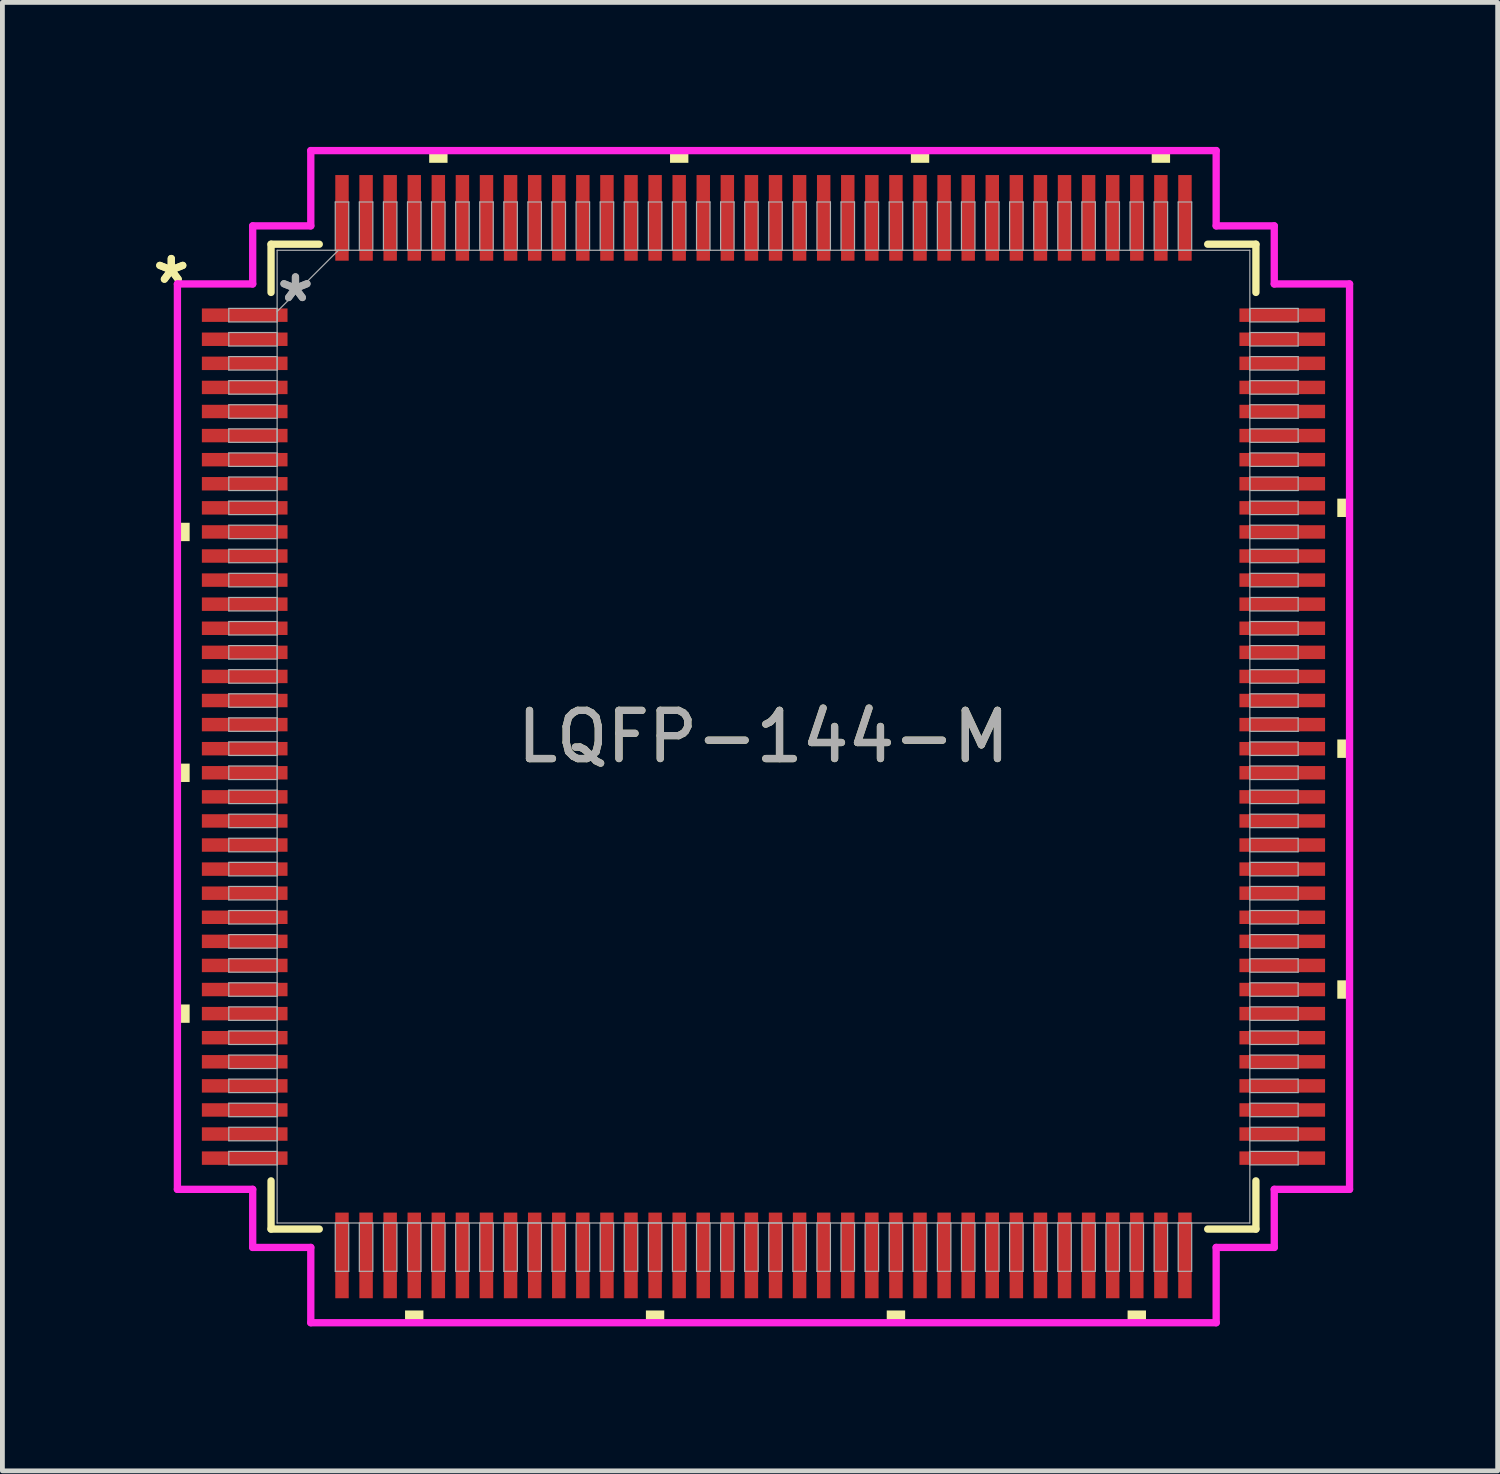
<source format=kicad_pcb>
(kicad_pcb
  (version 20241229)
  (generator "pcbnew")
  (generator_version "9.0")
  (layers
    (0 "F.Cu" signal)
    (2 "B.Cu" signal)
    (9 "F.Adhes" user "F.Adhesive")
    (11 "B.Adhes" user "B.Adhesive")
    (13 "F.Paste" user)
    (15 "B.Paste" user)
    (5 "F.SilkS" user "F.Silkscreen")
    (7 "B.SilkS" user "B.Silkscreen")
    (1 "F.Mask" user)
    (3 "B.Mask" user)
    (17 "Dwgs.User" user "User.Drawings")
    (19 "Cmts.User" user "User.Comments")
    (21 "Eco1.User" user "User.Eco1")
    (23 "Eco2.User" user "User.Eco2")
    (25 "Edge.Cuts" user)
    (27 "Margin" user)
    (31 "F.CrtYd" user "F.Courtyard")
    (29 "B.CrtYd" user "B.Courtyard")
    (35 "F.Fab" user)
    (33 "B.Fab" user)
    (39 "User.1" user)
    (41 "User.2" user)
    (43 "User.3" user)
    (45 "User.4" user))
  (footprint "LQFP-144-M"
    (layer "F.Cu")
    (at 12.8 12.243)
    (property "Reference" "LQFP-144-M" (at 0 0 0) (unlocked yes) (layer "F.SilkS") (effects (font (size 1 1) (thickness 0.15))))
    (attr smd)
    (fp_line (start -10.223 -10.223) (end -10.223 -9.222) (stroke (width 0.152) (type solid)) (layer "F.SilkS"))
    (fp_line (start -10.223 9.222) (end -10.223 10.223) (stroke (width 0.152) (type solid)) (layer "F.SilkS"))
    (fp_line (start -10.223 10.223) (end -9.222 10.223) (stroke (width 0.152) (type solid)) (layer "F.SilkS"))
    (fp_line (start -9.222 -10.223) (end -10.223 -10.223) (stroke (width 0.152) (type solid)) (layer "F.SilkS"))
    (fp_line (start 9.222 10.223) (end 10.223 10.223) (stroke (width 0.152) (type solid)) (layer "F.SilkS"))
    (fp_line (start 10.223 -10.223) (end 9.222 -10.223) (stroke (width 0.152) (type solid)) (layer "F.SilkS"))
    (fp_line (start 10.223 -9.222) (end 10.223 -10.223) (stroke (width 0.152) (type solid)) (layer "F.SilkS"))
    (fp_line (start 10.223 10.223) (end 10.223 9.222) (stroke (width 0.152) (type solid)) (layer "F.SilkS"))
    (fp_poly (pts (xy -12.167 -4.44) (xy -12.167 -4.059) (xy -11.913 -4.059) (xy -11.913 -4.44)) (stroke (width 0) (type solid)) (fill yes) (layer "F.SilkS"))
    (fp_poly (pts (xy -12.167 0.56) (xy -12.167 0.941) (xy -11.913 0.941) (xy -11.913 0.56)) (stroke (width 0) (type solid)) (fill yes) (layer "F.SilkS"))
    (fp_poly (pts (xy -12.167 5.56) (xy -12.167 5.941) (xy -11.913 5.941) (xy -11.913 5.56)) (stroke (width 0) (type solid)) (fill yes) (layer "F.SilkS"))
    (fp_poly (pts (xy -7.441 11.913) (xy -7.441 12.167) (xy -7.06 12.167) (xy -7.06 11.913)) (stroke (width 0) (type solid)) (fill yes) (layer "F.SilkS"))
    (fp_poly (pts (xy -6.94 -11.913) (xy -6.94 -12.167) (xy -6.559 -12.167) (xy -6.559 -11.913)) (stroke (width 0) (type solid)) (fill yes) (layer "F.SilkS"))
    (fp_poly (pts (xy -2.441 11.913) (xy -2.441 12.167) (xy -2.06 12.167) (xy -2.06 11.913)) (stroke (width 0) (type solid)) (fill yes) (layer "F.SilkS"))
    (fp_poly (pts (xy -1.94 -11.913) (xy -1.94 -12.167) (xy -1.559 -12.167) (xy -1.559 -11.913)) (stroke (width 0) (type solid)) (fill yes) (layer "F.SilkS"))
    (fp_poly (pts (xy 2.559 11.913) (xy 2.559 12.167) (xy 2.941 12.167) (xy 2.941 11.913)) (stroke (width 0) (type solid)) (fill yes) (layer "F.SilkS"))
    (fp_poly (pts (xy 3.06 -11.913) (xy 3.06 -12.167) (xy 3.441 -12.167) (xy 3.441 -11.913)) (stroke (width 0) (type solid)) (fill yes) (layer "F.SilkS"))
    (fp_poly (pts (xy 7.559 11.913) (xy 7.559 12.167) (xy 7.941 12.167) (xy 7.941 11.913)) (stroke (width 0) (type solid)) (fill yes) (layer "F.SilkS"))
    (fp_poly (pts (xy 8.06 -11.913) (xy 8.06 -12.167) (xy 8.441 -12.167) (xy 8.441 -11.913)) (stroke (width 0) (type solid)) (fill yes) (layer "F.SilkS"))
    (fp_poly (pts (xy 12.167 -4.941) (xy 12.167 -4.56) (xy 11.913 -4.56) (xy 11.913 -4.941)) (stroke (width 0) (type solid)) (fill yes) (layer "F.SilkS"))
    (fp_poly (pts (xy 12.167 0.059) (xy 12.167 0.441) (xy 11.913 0.441) (xy 11.913 0.059)) (stroke (width 0) (type solid)) (fill yes) (layer "F.SilkS"))
    (fp_poly (pts (xy 12.167 5.059) (xy 12.167 5.441) (xy 11.913 5.441) (xy 11.913 5.059)) (stroke (width 0) (type solid)) (fill yes) (layer "F.SilkS"))
    (fp_line (start -12.167 -9.398) (end -10.604 -9.398) (stroke (width 0.152) (type solid)) (layer "F.CrtYd"))
    (fp_line (start -12.167 9.398) (end -12.167 -9.398) (stroke (width 0.152) (type solid)) (layer "F.CrtYd"))
    (fp_line (start -10.604 -10.604) (end -9.398 -10.604) (stroke (width 0.152) (type solid)) (layer "F.CrtYd"))
    (fp_line (start -10.604 -9.398) (end -10.604 -10.604) (stroke (width 0.152) (type solid)) (layer "F.CrtYd"))
    (fp_line (start -10.604 9.398) (end -12.167 9.398) (stroke (width 0.152) (type solid)) (layer "F.CrtYd"))
    (fp_line (start -10.604 10.604) (end -10.604 9.398) (stroke (width 0.152) (type solid)) (layer "F.CrtYd"))
    (fp_line (start -10.604 10.604) (end -9.398 10.604) (stroke (width 0.152) (type solid)) (layer "F.CrtYd"))
    (fp_line (start -9.398 -12.167) (end 9.398 -12.167) (stroke (width 0.152) (type solid)) (layer "F.CrtYd"))
    (fp_line (start -9.398 -10.604) (end -9.398 -12.167) (stroke (width 0.152) (type solid)) (layer "F.CrtYd"))
    (fp_line (start -9.398 10.604) (end -9.398 12.167) (stroke (width 0.152) (type solid)) (layer "F.CrtYd"))
    (fp_line (start -9.398 12.167) (end 9.398 12.167) (stroke (width 0.152) (type solid)) (layer "F.CrtYd"))
    (fp_line (start 9.398 -12.167) (end 9.398 -10.604) (stroke (width 0.152) (type solid)) (layer "F.CrtYd"))
    (fp_line (start 9.398 -10.604) (end 10.604 -10.604) (stroke (width 0.152) (type solid)) (layer "F.CrtYd"))
    (fp_line (start 9.398 10.604) (end 10.604 10.604) (stroke (width 0.152) (type solid)) (layer "F.CrtYd"))
    (fp_line (start 9.398 12.167) (end 9.398 10.604) (stroke (width 0.152) (type solid)) (layer "F.CrtYd"))
    (fp_line (start 10.604 -9.398) (end 10.604 -10.604) (stroke (width 0.152) (type solid)) (layer "F.CrtYd"))
    (fp_line (start 10.604 9.398) (end 12.167 9.398) (stroke (width 0.152) (type solid)) (layer "F.CrtYd"))
    (fp_line (start 10.604 10.604) (end 10.604 9.398) (stroke (width 0.152) (type solid)) (layer "F.CrtYd"))
    (fp_line (start 12.167 -9.398) (end 10.604 -9.398) (stroke (width 0.152) (type solid)) (layer "F.CrtYd"))
    (fp_line (start 12.167 9.398) (end 12.167 -9.398) (stroke (width 0.152) (type solid)) (layer "F.CrtYd"))
    (fp_line (start -11.1 -8.89) (end -11.1 -8.61) (stroke (width 0.025) (type solid)) (layer "F.Fab"))
    (fp_line (start -11.1 -8.61) (end -10.097 -8.61) (stroke (width 0.025) (type solid)) (layer "F.Fab"))
    (fp_line (start -11.1 -8.39) (end -11.1 -8.11) (stroke (width 0.025) (type solid)) (layer "F.Fab"))
    (fp_line (start -11.1 -8.11) (end -10.097 -8.11) (stroke (width 0.025) (type solid)) (layer "F.Fab"))
    (fp_line (start -11.1 -7.89) (end -11.1 -7.61) (stroke (width 0.025) (type solid)) (layer "F.Fab"))
    (fp_line (start -11.1 -7.61) (end -10.097 -7.61) (stroke (width 0.025) (type solid)) (layer "F.Fab"))
    (fp_line (start -11.1 -7.39) (end -11.1 -7.11) (stroke (width 0.025) (type solid)) (layer "F.Fab"))
    (fp_line (start -11.1 -7.11) (end -10.097 -7.11) (stroke (width 0.025) (type solid)) (layer "F.Fab"))
    (fp_line (start -11.1 -6.89) (end -11.1 -6.61) (stroke (width 0.025) (type solid)) (layer "F.Fab"))
    (fp_line (start -11.1 -6.61) (end -10.097 -6.61) (stroke (width 0.025) (type solid)) (layer "F.Fab"))
    (fp_line (start -11.1 -6.39) (end -11.1 -6.11) (stroke (width 0.025) (type solid)) (layer "F.Fab"))
    (fp_line (start -11.1 -6.11) (end -10.097 -6.11) (stroke (width 0.025) (type solid)) (layer "F.Fab"))
    (fp_line (start -11.1 -5.89) (end -11.1 -5.61) (stroke (width 0.025) (type solid)) (layer "F.Fab"))
    (fp_line (start -11.1 -5.61) (end -10.097 -5.61) (stroke (width 0.025) (type solid)) (layer "F.Fab"))
    (fp_line (start -11.1 -5.39) (end -11.1 -5.11) (stroke (width 0.025) (type solid)) (layer "F.Fab"))
    (fp_line (start -11.1 -5.11) (end -10.097 -5.11) (stroke (width 0.025) (type solid)) (layer "F.Fab"))
    (fp_line (start -11.1 -4.89) (end -11.1 -4.61) (stroke (width 0.025) (type solid)) (layer "F.Fab"))
    (fp_line (start -11.1 -4.61) (end -10.097 -4.61) (stroke (width 0.025) (type solid)) (layer "F.Fab"))
    (fp_line (start -11.1 -4.39) (end -11.1 -4.11) (stroke (width 0.025) (type solid)) (layer "F.Fab"))
    (fp_line (start -11.1 -4.11) (end -10.097 -4.11) (stroke (width 0.025) (type solid)) (layer "F.Fab"))
    (fp_line (start -11.1 -3.89) (end -11.1 -3.61) (stroke (width 0.025) (type solid)) (layer "F.Fab"))
    (fp_line (start -11.1 -3.61) (end -10.097 -3.61) (stroke (width 0.025) (type solid)) (layer "F.Fab"))
    (fp_line (start -11.1 -3.39) (end -11.1 -3.11) (stroke (width 0.025) (type solid)) (layer "F.Fab"))
    (fp_line (start -11.1 -3.11) (end -10.097 -3.11) (stroke (width 0.025) (type solid)) (layer "F.Fab"))
    (fp_line (start -11.1 -2.89) (end -11.1 -2.61) (stroke (width 0.025) (type solid)) (layer "F.Fab"))
    (fp_line (start -11.1 -2.61) (end -10.097 -2.61) (stroke (width 0.025) (type solid)) (layer "F.Fab"))
    (fp_line (start -11.1 -2.39) (end -11.1 -2.11) (stroke (width 0.025) (type solid)) (layer "F.Fab"))
    (fp_line (start -11.1 -2.11) (end -10.097 -2.11) (stroke (width 0.025) (type solid)) (layer "F.Fab"))
    (fp_line (start -11.1 -1.89) (end -11.1 -1.61) (stroke (width 0.025) (type solid)) (layer "F.Fab"))
    (fp_line (start -11.1 -1.61) (end -10.097 -1.61) (stroke (width 0.025) (type solid)) (layer "F.Fab"))
    (fp_line (start -11.1 -1.39) (end -11.1 -1.11) (stroke (width 0.025) (type solid)) (layer "F.Fab"))
    (fp_line (start -11.1 -1.11) (end -10.097 -1.11) (stroke (width 0.025) (type solid)) (layer "F.Fab"))
    (fp_line (start -11.1 -0.89) (end -11.1 -0.61) (stroke (width 0.025) (type solid)) (layer "F.Fab"))
    (fp_line (start -11.1 -0.61) (end -10.097 -0.61) (stroke (width 0.025) (type solid)) (layer "F.Fab"))
    (fp_line (start -11.1 -0.39) (end -11.1 -0.11) (stroke (width 0.025) (type solid)) (layer "F.Fab"))
    (fp_line (start -11.1 -0.11) (end -10.097 -0.11) (stroke (width 0.025) (type solid)) (layer "F.Fab"))
    (fp_line (start -11.1 0.11) (end -11.1 0.39) (stroke (width 0.025) (type solid)) (layer "F.Fab"))
    (fp_line (start -11.1 0.39) (end -10.097 0.39) (stroke (width 0.025) (type solid)) (layer "F.Fab"))
    (fp_line (start -11.1 0.61) (end -11.1 0.89) (stroke (width 0.025) (type solid)) (layer "F.Fab"))
    (fp_line (start -11.1 0.89) (end -10.097 0.89) (stroke (width 0.025) (type solid)) (layer "F.Fab"))
    (fp_line (start -11.1 1.11) (end -11.1 1.39) (stroke (width 0.025) (type solid)) (layer "F.Fab"))
    (fp_line (start -11.1 1.39) (end -10.097 1.39) (stroke (width 0.025) (type solid)) (layer "F.Fab"))
    (fp_line (start -11.1 1.61) (end -11.1 1.89) (stroke (width 0.025) (type solid)) (layer "F.Fab"))
    (fp_line (start -11.1 1.89) (end -10.097 1.89) (stroke (width 0.025) (type solid)) (layer "F.Fab"))
    (fp_line (start -11.1 2.11) (end -11.1 2.39) (stroke (width 0.025) (type solid)) (layer "F.Fab"))
    (fp_line (start -11.1 2.39) (end -10.097 2.39) (stroke (width 0.025) (type solid)) (layer "F.Fab"))
    (fp_line (start -11.1 2.61) (end -11.1 2.89) (stroke (width 0.025) (type solid)) (layer "F.Fab"))
    (fp_line (start -11.1 2.89) (end -10.097 2.89) (stroke (width 0.025) (type solid)) (layer "F.Fab"))
    (fp_line (start -11.1 3.11) (end -11.1 3.39) (stroke (width 0.025) (type solid)) (layer "F.Fab"))
    (fp_line (start -11.1 3.39) (end -10.097 3.39) (stroke (width 0.025) (type solid)) (layer "F.Fab"))
    (fp_line (start -11.1 3.61) (end -11.1 3.89) (stroke (width 0.025) (type solid)) (layer "F.Fab"))
    (fp_line (start -11.1 3.89) (end -10.097 3.89) (stroke (width 0.025) (type solid)) (layer "F.Fab"))
    (fp_line (start -11.1 4.11) (end -11.1 4.39) (stroke (width 0.025) (type solid)) (layer "F.Fab"))
    (fp_line (start -11.1 4.39) (end -10.097 4.39) (stroke (width 0.025) (type solid)) (layer "F.Fab"))
    (fp_line (start -11.1 4.61) (end -11.1 4.89) (stroke (width 0.025) (type solid)) (layer "F.Fab"))
    (fp_line (start -11.1 4.89) (end -10.097 4.89) (stroke (width 0.025) (type solid)) (layer "F.Fab"))
    (fp_line (start -11.1 5.11) (end -11.1 5.39) (stroke (width 0.025) (type solid)) (layer "F.Fab"))
    (fp_line (start -11.1 5.39) (end -10.097 5.39) (stroke (width 0.025) (type solid)) (layer "F.Fab"))
    (fp_line (start -11.1 5.61) (end -11.1 5.89) (stroke (width 0.025) (type solid)) (layer "F.Fab"))
    (fp_line (start -11.1 5.89) (end -10.097 5.89) (stroke (width 0.025) (type solid)) (layer "F.Fab"))
    (fp_line (start -11.1 6.11) (end -11.1 6.39) (stroke (width 0.025) (type solid)) (layer "F.Fab"))
    (fp_line (start -11.1 6.39) (end -10.097 6.39) (stroke (width 0.025) (type solid)) (layer "F.Fab"))
    (fp_line (start -11.1 6.61) (end -11.1 6.89) (stroke (width 0.025) (type solid)) (layer "F.Fab"))
    (fp_line (start -11.1 6.89) (end -10.097 6.89) (stroke (width 0.025) (type solid)) (layer "F.Fab"))
    (fp_line (start -11.1 7.11) (end -11.1 7.39) (stroke (width 0.025) (type solid)) (layer "F.Fab"))
    (fp_line (start -11.1 7.39) (end -10.097 7.39) (stroke (width 0.025) (type solid)) (layer "F.Fab"))
    (fp_line (start -11.1 7.61) (end -11.1 7.89) (stroke (width 0.025) (type solid)) (layer "F.Fab"))
    (fp_line (start -11.1 7.89) (end -10.097 7.89) (stroke (width 0.025) (type solid)) (layer "F.Fab"))
    (fp_line (start -11.1 8.11) (end -11.1 8.39) (stroke (width 0.025) (type solid)) (layer "F.Fab"))
    (fp_line (start -11.1 8.39) (end -10.097 8.39) (stroke (width 0.025) (type solid)) (layer "F.Fab"))
    (fp_line (start -11.1 8.61) (end -11.1 8.89) (stroke (width 0.025) (type solid)) (layer "F.Fab"))
    (fp_line (start -11.1 8.89) (end -10.097 8.89) (stroke (width 0.025) (type solid)) (layer "F.Fab"))
    (fp_line (start -10.097 -10.097) (end -10.097 10.097) (stroke (width 0.025) (type solid)) (layer "F.Fab"))
    (fp_line (start -10.097 -8.89) (end -11.1 -8.89) (stroke (width 0.025) (type solid)) (layer "F.Fab"))
    (fp_line (start -10.097 -8.826) (end -8.826 -10.097) (stroke (width 0.025) (type solid)) (layer "F.Fab"))
    (fp_line (start -10.097 -8.61) (end -10.097 -8.89) (stroke (width 0.025) (type solid)) (layer "F.Fab"))
    (fp_line (start -10.097 -8.39) (end -11.1 -8.39) (stroke (width 0.025) (type solid)) (layer "F.Fab"))
    (fp_line (start -10.097 -8.11) (end -10.097 -8.39) (stroke (width 0.025) (type solid)) (layer "F.Fab"))
    (fp_line (start -10.097 -7.89) (end -11.1 -7.89) (stroke (width 0.025) (type solid)) (layer "F.Fab"))
    (fp_line (start -10.097 -7.61) (end -10.097 -7.89) (stroke (width 0.025) (type solid)) (layer "F.Fab"))
    (fp_line (start -10.097 -7.39) (end -11.1 -7.39) (stroke (width 0.025) (type solid)) (layer "F.Fab"))
    (fp_line (start -10.097 -7.11) (end -10.097 -7.39) (stroke (width 0.025) (type solid)) (layer "F.Fab"))
    (fp_line (start -10.097 -6.89) (end -11.1 -6.89) (stroke (width 0.025) (type solid)) (layer "F.Fab"))
    (fp_line (start -10.097 -6.61) (end -10.097 -6.89) (stroke (width 0.025) (type solid)) (layer "F.Fab"))
    (fp_line (start -10.097 -6.39) (end -11.1 -6.39) (stroke (width 0.025) (type solid)) (layer "F.Fab"))
    (fp_line (start -10.097 -6.11) (end -10.097 -6.39) (stroke (width 0.025) (type solid)) (layer "F.Fab"))
    (fp_line (start -10.097 -5.89) (end -11.1 -5.89) (stroke (width 0.025) (type solid)) (layer "F.Fab"))
    (fp_line (start -10.097 -5.61) (end -10.097 -5.89) (stroke (width 0.025) (type solid)) (layer "F.Fab"))
    (fp_line (start -10.097 -5.39) (end -11.1 -5.39) (stroke (width 0.025) (type solid)) (layer "F.Fab"))
    (fp_line (start -10.097 -5.11) (end -10.097 -5.39) (stroke (width 0.025) (type solid)) (layer "F.Fab"))
    (fp_line (start -10.097 -4.89) (end -11.1 -4.89) (stroke (width 0.025) (type solid)) (layer "F.Fab"))
    (fp_line (start -10.097 -4.61) (end -10.097 -4.89) (stroke (width 0.025) (type solid)) (layer "F.Fab"))
    (fp_line (start -10.097 -4.39) (end -11.1 -4.39) (stroke (width 0.025) (type solid)) (layer "F.Fab"))
    (fp_line (start -10.097 -4.11) (end -10.097 -4.39) (stroke (width 0.025) (type solid)) (layer "F.Fab"))
    (fp_line (start -10.097 -3.89) (end -11.1 -3.89) (stroke (width 0.025) (type solid)) (layer "F.Fab"))
    (fp_line (start -10.097 -3.61) (end -10.097 -3.89) (stroke (width 0.025) (type solid)) (layer "F.Fab"))
    (fp_line (start -10.097 -3.39) (end -11.1 -3.39) (stroke (width 0.025) (type solid)) (layer "F.Fab"))
    (fp_line (start -10.097 -3.11) (end -10.097 -3.39) (stroke (width 0.025) (type solid)) (layer "F.Fab"))
    (fp_line (start -10.097 -2.89) (end -11.1 -2.89) (stroke (width 0.025) (type solid)) (layer "F.Fab"))
    (fp_line (start -10.097 -2.61) (end -10.097 -2.89) (stroke (width 0.025) (type solid)) (layer "F.Fab"))
    (fp_line (start -10.097 -2.39) (end -11.1 -2.39) (stroke (width 0.025) (type solid)) (layer "F.Fab"))
    (fp_line (start -10.097 -2.11) (end -10.097 -2.39) (stroke (width 0.025) (type solid)) (layer "F.Fab"))
    (fp_line (start -10.097 -1.89) (end -11.1 -1.89) (stroke (width 0.025) (type solid)) (layer "F.Fab"))
    (fp_line (start -10.097 -1.61) (end -10.097 -1.89) (stroke (width 0.025) (type solid)) (layer "F.Fab"))
    (fp_line (start -10.097 -1.39) (end -11.1 -1.39) (stroke (width 0.025) (type solid)) (layer "F.Fab"))
    (fp_line (start -10.097 -1.11) (end -10.097 -1.39) (stroke (width 0.025) (type solid)) (layer "F.Fab"))
    (fp_line (start -10.097 -0.89) (end -11.1 -0.89) (stroke (width 0.025) (type solid)) (layer "F.Fab"))
    (fp_line (start -10.097 -0.61) (end -10.097 -0.89) (stroke (width 0.025) (type solid)) (layer "F.Fab"))
    (fp_line (start -10.097 -0.39) (end -11.1 -0.39) (stroke (width 0.025) (type solid)) (layer "F.Fab"))
    (fp_line (start -10.097 -0.11) (end -10.097 -0.39) (stroke (width 0.025) (type solid)) (layer "F.Fab"))
    (fp_line (start -10.097 0.11) (end -11.1 0.11) (stroke (width 0.025) (type solid)) (layer "F.Fab"))
    (fp_line (start -10.097 0.39) (end -10.097 0.11) (stroke (width 0.025) (type solid)) (layer "F.Fab"))
    (fp_line (start -10.097 0.61) (end -11.1 0.61) (stroke (width 0.025) (type solid)) (layer "F.Fab"))
    (fp_line (start -10.097 0.89) (end -10.097 0.61) (stroke (width 0.025) (type solid)) (layer "F.Fab"))
    (fp_line (start -10.097 1.11) (end -11.1 1.11) (stroke (width 0.025) (type solid)) (layer "F.Fab"))
    (fp_line (start -10.097 1.39) (end -10.097 1.11) (stroke (width 0.025) (type solid)) (layer "F.Fab"))
    (fp_line (start -10.097 1.61) (end -11.1 1.61) (stroke (width 0.025) (type solid)) (layer "F.Fab"))
    (fp_line (start -10.097 1.89) (end -10.097 1.61) (stroke (width 0.025) (type solid)) (layer "F.Fab"))
    (fp_line (start -10.097 2.11) (end -11.1 2.11) (stroke (width 0.025) (type solid)) (layer "F.Fab"))
    (fp_line (start -10.097 2.39) (end -10.097 2.11) (stroke (width 0.025) (type solid)) (layer "F.Fab"))
    (fp_line (start -10.097 2.61) (end -11.1 2.61) (stroke (width 0.025) (type solid)) (layer "F.Fab"))
    (fp_line (start -10.097 2.89) (end -10.097 2.61) (stroke (width 0.025) (type solid)) (layer "F.Fab"))
    (fp_line (start -10.097 3.11) (end -11.1 3.11) (stroke (width 0.025) (type solid)) (layer "F.Fab"))
    (fp_line (start -10.097 3.39) (end -10.097 3.11) (stroke (width 0.025) (type solid)) (layer "F.Fab"))
    (fp_line (start -10.097 3.61) (end -11.1 3.61) (stroke (width 0.025) (type solid)) (layer "F.Fab"))
    (fp_line (start -10.097 3.89) (end -10.097 3.61) (stroke (width 0.025) (type solid)) (layer "F.Fab"))
    (fp_line (start -10.097 4.11) (end -11.1 4.11) (stroke (width 0.025) (type solid)) (layer "F.Fab"))
    (fp_line (start -10.097 4.39) (end -10.097 4.11) (stroke (width 0.025) (type solid)) (layer "F.Fab"))
    (fp_line (start -10.097 4.61) (end -11.1 4.61) (stroke (width 0.025) (type solid)) (layer "F.Fab"))
    (fp_line (start -10.097 4.89) (end -10.097 4.61) (stroke (width 0.025) (type solid)) (layer "F.Fab"))
    (fp_line (start -10.097 5.11) (end -11.1 5.11) (stroke (width 0.025) (type solid)) (layer "F.Fab"))
    (fp_line (start -10.097 5.39) (end -10.097 5.11) (stroke (width 0.025) (type solid)) (layer "F.Fab"))
    (fp_line (start -10.097 5.61) (end -11.1 5.61) (stroke (width 0.025) (type solid)) (layer "F.Fab"))
    (fp_line (start -10.097 5.89) (end -10.097 5.61) (stroke (width 0.025) (type solid)) (layer "F.Fab"))
    (fp_line (start -10.097 6.11) (end -11.1 6.11) (stroke (width 0.025) (type solid)) (layer "F.Fab"))
    (fp_line (start -10.097 6.39) (end -10.097 6.11) (stroke (width 0.025) (type solid)) (layer "F.Fab"))
    (fp_line (start -10.097 6.61) (end -11.1 6.61) (stroke (width 0.025) (type solid)) (layer "F.Fab"))
    (fp_line (start -10.097 6.89) (end -10.097 6.61) (stroke (width 0.025) (type solid)) (layer "F.Fab"))
    (fp_line (start -10.097 7.11) (end -11.1 7.11) (stroke (width 0.025) (type solid)) (layer "F.Fab"))
    (fp_line (start -10.097 7.39) (end -10.097 7.11) (stroke (width 0.025) (type solid)) (layer "F.Fab"))
    (fp_line (start -10.097 7.61) (end -11.1 7.61) (stroke (width 0.025) (type solid)) (layer "F.Fab"))
    (fp_line (start -10.097 7.89) (end -10.097 7.61) (stroke (width 0.025) (type solid)) (layer "F.Fab"))
    (fp_line (start -10.097 8.11) (end -11.1 8.11) (stroke (width 0.025) (type solid)) (layer "F.Fab"))
    (fp_line (start -10.097 8.39) (end -10.097 8.11) (stroke (width 0.025) (type solid)) (layer "F.Fab"))
    (fp_line (start -10.097 8.61) (end -11.1 8.61) (stroke (width 0.025) (type solid)) (layer "F.Fab"))
    (fp_line (start -10.097 8.89) (end -10.097 8.61) (stroke (width 0.025) (type solid)) (layer "F.Fab"))
    (fp_line (start -10.097 10.097) (end 10.097 10.097) (stroke (width 0.025) (type solid)) (layer "F.Fab"))
    (fp_line (start -8.89 -11.1) (end -8.89 -10.097) (stroke (width 0.025) (type solid)) (layer "F.Fab"))
    (fp_line (start -8.89 -10.097) (end -8.61 -10.097) (stroke (width 0.025) (type solid)) (layer "F.Fab"))
    (fp_line (start -8.89 10.097) (end -8.89 11.1) (stroke (width 0.025) (type solid)) (layer "F.Fab"))
    (fp_line (start -8.89 11.1) (end -8.61 11.1) (stroke (width 0.025) (type solid)) (layer "F.Fab"))
    (fp_line (start -8.61 -11.1) (end -8.89 -11.1) (stroke (width 0.025) (type solid)) (layer "F.Fab"))
    (fp_line (start -8.61 -10.097) (end -8.61 -11.1) (stroke (width 0.025) (type solid)) (layer "F.Fab"))
    (fp_line (start -8.61 10.097) (end -8.89 10.097) (stroke (width 0.025) (type solid)) (layer "F.Fab"))
    (fp_line (start -8.61 11.1) (end -8.61 10.097) (stroke (width 0.025) (type solid)) (layer "F.Fab"))
    (fp_line (start -8.39 -11.1) (end -8.39 -10.097) (stroke (width 0.025) (type solid)) (layer "F.Fab"))
    (fp_line (start -8.39 -10.097) (end -8.11 -10.097) (stroke (width 0.025) (type solid)) (layer "F.Fab"))
    (fp_line (start -8.39 10.097) (end -8.39 11.1) (stroke (width 0.025) (type solid)) (layer "F.Fab"))
    (fp_line (start -8.39 11.1) (end -8.11 11.1) (stroke (width 0.025) (type solid)) (layer "F.Fab"))
    (fp_line (start -8.11 -11.1) (end -8.39 -11.1) (stroke (width 0.025) (type solid)) (layer "F.Fab"))
    (fp_line (start -8.11 -10.097) (end -8.11 -11.1) (stroke (width 0.025) (type solid)) (layer "F.Fab"))
    (fp_line (start -8.11 10.097) (end -8.39 10.097) (stroke (width 0.025) (type solid)) (layer "F.Fab"))
    (fp_line (start -8.11 11.1) (end -8.11 10.097) (stroke (width 0.025) (type solid)) (layer "F.Fab"))
    (fp_line (start -7.89 -11.1) (end -7.89 -10.097) (stroke (width 0.025) (type solid)) (layer "F.Fab"))
    (fp_line (start -7.89 -10.097) (end -7.61 -10.097) (stroke (width 0.025) (type solid)) (layer "F.Fab"))
    (fp_line (start -7.89 10.097) (end -7.89 11.1) (stroke (width 0.025) (type solid)) (layer "F.Fab"))
    (fp_line (start -7.89 11.1) (end -7.61 11.1) (stroke (width 0.025) (type solid)) (layer "F.Fab"))
    (fp_line (start -7.61 -11.1) (end -7.89 -11.1) (stroke (width 0.025) (type solid)) (layer "F.Fab"))
    (fp_line (start -7.61 -10.097) (end -7.61 -11.1) (stroke (width 0.025) (type solid)) (layer "F.Fab"))
    (fp_line (start -7.61 10.097) (end -7.89 10.097) (stroke (width 0.025) (type solid)) (layer "F.Fab"))
    (fp_line (start -7.61 11.1) (end -7.61 10.097) (stroke (width 0.025) (type solid)) (layer "F.Fab"))
    (fp_line (start -7.39 -11.1) (end -7.39 -10.097) (stroke (width 0.025) (type solid)) (layer "F.Fab"))
    (fp_line (start -7.39 -10.097) (end -7.11 -10.097) (stroke (width 0.025) (type solid)) (layer "F.Fab"))
    (fp_line (start -7.39 10.097) (end -7.39 11.1) (stroke (width 0.025) (type solid)) (layer "F.Fab"))
    (fp_line (start -7.39 11.1) (end -7.11 11.1) (stroke (width 0.025) (type solid)) (layer "F.Fab"))
    (fp_line (start -7.11 -11.1) (end -7.39 -11.1) (stroke (width 0.025) (type solid)) (layer "F.Fab"))
    (fp_line (start -7.11 -10.097) (end -7.11 -11.1) (stroke (width 0.025) (type solid)) (layer "F.Fab"))
    (fp_line (start -7.11 10.097) (end -7.39 10.097) (stroke (width 0.025) (type solid)) (layer "F.Fab"))
    (fp_line (start -7.11 11.1) (end -7.11 10.097) (stroke (width 0.025) (type solid)) (layer "F.Fab"))
    (fp_line (start -6.89 -11.1) (end -6.89 -10.097) (stroke (width 0.025) (type solid)) (layer "F.Fab"))
    (fp_line (start -6.89 -10.097) (end -6.61 -10.097) (stroke (width 0.025) (type solid)) (layer "F.Fab"))
    (fp_line (start -6.89 10.097) (end -6.89 11.1) (stroke (width 0.025) (type solid)) (layer "F.Fab"))
    (fp_line (start -6.89 11.1) (end -6.61 11.1) (stroke (width 0.025) (type solid)) (layer "F.Fab"))
    (fp_line (start -6.61 -11.1) (end -6.89 -11.1) (stroke (width 0.025) (type solid)) (layer "F.Fab"))
    (fp_line (start -6.61 -10.097) (end -6.61 -11.1) (stroke (width 0.025) (type solid)) (layer "F.Fab"))
    (fp_line (start -6.61 10.097) (end -6.89 10.097) (stroke (width 0.025) (type solid)) (layer "F.Fab"))
    (fp_line (start -6.61 11.1) (end -6.61 10.097) (stroke (width 0.025) (type solid)) (layer "F.Fab"))
    (fp_line (start -6.39 -11.1) (end -6.39 -10.097) (stroke (width 0.025) (type solid)) (layer "F.Fab"))
    (fp_line (start -6.39 -10.097) (end -6.11 -10.097) (stroke (width 0.025) (type solid)) (layer "F.Fab"))
    (fp_line (start -6.39 10.097) (end -6.39 11.1) (stroke (width 0.025) (type solid)) (layer "F.Fab"))
    (fp_line (start -6.39 11.1) (end -6.11 11.1) (stroke (width 0.025) (type solid)) (layer "F.Fab"))
    (fp_line (start -6.11 -11.1) (end -6.39 -11.1) (stroke (width 0.025) (type solid)) (layer "F.Fab"))
    (fp_line (start -6.11 -10.097) (end -6.11 -11.1) (stroke (width 0.025) (type solid)) (layer "F.Fab"))
    (fp_line (start -6.11 10.097) (end -6.39 10.097) (stroke (width 0.025) (type solid)) (layer "F.Fab"))
    (fp_line (start -6.11 11.1) (end -6.11 10.097) (stroke (width 0.025) (type solid)) (layer "F.Fab"))
    (fp_line (start -5.89 -11.1) (end -5.89 -10.097) (stroke (width 0.025) (type solid)) (layer "F.Fab"))
    (fp_line (start -5.89 -10.097) (end -5.61 -10.097) (stroke (width 0.025) (type solid)) (layer "F.Fab"))
    (fp_line (start -5.89 10.097) (end -5.89 11.1) (stroke (width 0.025) (type solid)) (layer "F.Fab"))
    (fp_line (start -5.89 11.1) (end -5.61 11.1) (stroke (width 0.025) (type solid)) (layer "F.Fab"))
    (fp_line (start -5.61 -11.1) (end -5.89 -11.1) (stroke (width 0.025) (type solid)) (layer "F.Fab"))
    (fp_line (start -5.61 -10.097) (end -5.61 -11.1) (stroke (width 0.025) (type solid)) (layer "F.Fab"))
    (fp_line (start -5.61 10.097) (end -5.89 10.097) (stroke (width 0.025) (type solid)) (layer "F.Fab"))
    (fp_line (start -5.61 11.1) (end -5.61 10.097) (stroke (width 0.025) (type solid)) (layer "F.Fab"))
    (fp_line (start -5.39 -11.1) (end -5.39 -10.097) (stroke (width 0.025) (type solid)) (layer "F.Fab"))
    (fp_line (start -5.39 -10.097) (end -5.11 -10.097) (stroke (width 0.025) (type solid)) (layer "F.Fab"))
    (fp_line (start -5.39 10.097) (end -5.39 11.1) (stroke (width 0.025) (type solid)) (layer "F.Fab"))
    (fp_line (start -5.39 11.1) (end -5.11 11.1) (stroke (width 0.025) (type solid)) (layer "F.Fab"))
    (fp_line (start -5.11 -11.1) (end -5.39 -11.1) (stroke (width 0.025) (type solid)) (layer "F.Fab"))
    (fp_line (start -5.11 -10.097) (end -5.11 -11.1) (stroke (width 0.025) (type solid)) (layer "F.Fab"))
    (fp_line (start -5.11 10.097) (end -5.39 10.097) (stroke (width 0.025) (type solid)) (layer "F.Fab"))
    (fp_line (start -5.11 11.1) (end -5.11 10.097) (stroke (width 0.025) (type solid)) (layer "F.Fab"))
    (fp_line (start -4.89 -11.1) (end -4.89 -10.097) (stroke (width 0.025) (type solid)) (layer "F.Fab"))
    (fp_line (start -4.89 -10.097) (end -4.61 -10.097) (stroke (width 0.025) (type solid)) (layer "F.Fab"))
    (fp_line (start -4.89 10.097) (end -4.89 11.1) (stroke (width 0.025) (type solid)) (layer "F.Fab"))
    (fp_line (start -4.89 11.1) (end -4.61 11.1) (stroke (width 0.025) (type solid)) (layer "F.Fab"))
    (fp_line (start -4.61 -11.1) (end -4.89 -11.1) (stroke (width 0.025) (type solid)) (layer "F.Fab"))
    (fp_line (start -4.61 -10.097) (end -4.61 -11.1) (stroke (width 0.025) (type solid)) (layer "F.Fab"))
    (fp_line (start -4.61 10.097) (end -4.89 10.097) (stroke (width 0.025) (type solid)) (layer "F.Fab"))
    (fp_line (start -4.61 11.1) (end -4.61 10.097) (stroke (width 0.025) (type solid)) (layer "F.Fab"))
    (fp_line (start -4.39 -11.1) (end -4.39 -10.097) (stroke (width 0.025) (type solid)) (layer "F.Fab"))
    (fp_line (start -4.39 -10.097) (end -4.11 -10.097) (stroke (width 0.025) (type solid)) (layer "F.Fab"))
    (fp_line (start -4.39 10.097) (end -4.39 11.1) (stroke (width 0.025) (type solid)) (layer "F.Fab"))
    (fp_line (start -4.39 11.1) (end -4.11 11.1) (stroke (width 0.025) (type solid)) (layer "F.Fab"))
    (fp_line (start -4.11 -11.1) (end -4.39 -11.1) (stroke (width 0.025) (type solid)) (layer "F.Fab"))
    (fp_line (start -4.11 -10.097) (end -4.11 -11.1) (stroke (width 0.025) (type solid)) (layer "F.Fab"))
    (fp_line (start -4.11 10.097) (end -4.39 10.097) (stroke (width 0.025) (type solid)) (layer "F.Fab"))
    (fp_line (start -4.11 11.1) (end -4.11 10.097) (stroke (width 0.025) (type solid)) (layer "F.Fab"))
    (fp_line (start -3.89 -11.1) (end -3.89 -10.097) (stroke (width 0.025) (type solid)) (layer "F.Fab"))
    (fp_line (start -3.89 -10.097) (end -3.61 -10.097) (stroke (width 0.025) (type solid)) (layer "F.Fab"))
    (fp_line (start -3.89 10.097) (end -3.89 11.1) (stroke (width 0.025) (type solid)) (layer "F.Fab"))
    (fp_line (start -3.89 11.1) (end -3.61 11.1) (stroke (width 0.025) (type solid)) (layer "F.Fab"))
    (fp_line (start -3.61 -11.1) (end -3.89 -11.1) (stroke (width 0.025) (type solid)) (layer "F.Fab"))
    (fp_line (start -3.61 -10.097) (end -3.61 -11.1) (stroke (width 0.025) (type solid)) (layer "F.Fab"))
    (fp_line (start -3.61 10.097) (end -3.89 10.097) (stroke (width 0.025) (type solid)) (layer "F.Fab"))
    (fp_line (start -3.61 11.1) (end -3.61 10.097) (stroke (width 0.025) (type solid)) (layer "F.Fab"))
    (fp_line (start -3.39 -11.1) (end -3.39 -10.097) (stroke (width 0.025) (type solid)) (layer "F.Fab"))
    (fp_line (start -3.39 -10.097) (end -3.11 -10.097) (stroke (width 0.025) (type solid)) (layer "F.Fab"))
    (fp_line (start -3.39 10.097) (end -3.39 11.1) (stroke (width 0.025) (type solid)) (layer "F.Fab"))
    (fp_line (start -3.39 11.1) (end -3.11 11.1) (stroke (width 0.025) (type solid)) (layer "F.Fab"))
    (fp_line (start -3.11 -11.1) (end -3.39 -11.1) (stroke (width 0.025) (type solid)) (layer "F.Fab"))
    (fp_line (start -3.11 -10.097) (end -3.11 -11.1) (stroke (width 0.025) (type solid)) (layer "F.Fab"))
    (fp_line (start -3.11 10.097) (end -3.39 10.097) (stroke (width 0.025) (type solid)) (layer "F.Fab"))
    (fp_line (start -3.11 11.1) (end -3.11 10.097) (stroke (width 0.025) (type solid)) (layer "F.Fab"))
    (fp_line (start -2.89 -11.1) (end -2.89 -10.097) (stroke (width 0.025) (type solid)) (layer "F.Fab"))
    (fp_line (start -2.89 -10.097) (end -2.61 -10.097) (stroke (width 0.025) (type solid)) (layer "F.Fab"))
    (fp_line (start -2.89 10.097) (end -2.89 11.1) (stroke (width 0.025) (type solid)) (layer "F.Fab"))
    (fp_line (start -2.89 11.1) (end -2.61 11.1) (stroke (width 0.025) (type solid)) (layer "F.Fab"))
    (fp_line (start -2.61 -11.1) (end -2.89 -11.1) (stroke (width 0.025) (type solid)) (layer "F.Fab"))
    (fp_line (start -2.61 -10.097) (end -2.61 -11.1) (stroke (width 0.025) (type solid)) (layer "F.Fab"))
    (fp_line (start -2.61 10.097) (end -2.89 10.097) (stroke (width 0.025) (type solid)) (layer "F.Fab"))
    (fp_line (start -2.61 11.1) (end -2.61 10.097) (stroke (width 0.025) (type solid)) (layer "F.Fab"))
    (fp_line (start -2.39 -11.1) (end -2.39 -10.097) (stroke (width 0.025) (type solid)) (layer "F.Fab"))
    (fp_line (start -2.39 -10.097) (end -2.11 -10.097) (stroke (width 0.025) (type solid)) (layer "F.Fab"))
    (fp_line (start -2.39 10.097) (end -2.39 11.1) (stroke (width 0.025) (type solid)) (layer "F.Fab"))
    (fp_line (start -2.39 11.1) (end -2.11 11.1) (stroke (width 0.025) (type solid)) (layer "F.Fab"))
    (fp_line (start -2.11 -11.1) (end -2.39 -11.1) (stroke (width 0.025) (type solid)) (layer "F.Fab"))
    (fp_line (start -2.11 -10.097) (end -2.11 -11.1) (stroke (width 0.025) (type solid)) (layer "F.Fab"))
    (fp_line (start -2.11 10.097) (end -2.39 10.097) (stroke (width 0.025) (type solid)) (layer "F.Fab"))
    (fp_line (start -2.11 11.1) (end -2.11 10.097) (stroke (width 0.025) (type solid)) (layer "F.Fab"))
    (fp_line (start -1.89 -11.1) (end -1.89 -10.097) (stroke (width 0.025) (type solid)) (layer "F.Fab"))
    (fp_line (start -1.89 -10.097) (end -1.61 -10.097) (stroke (width 0.025) (type solid)) (layer "F.Fab"))
    (fp_line (start -1.89 10.097) (end -1.89 11.1) (stroke (width 0.025) (type solid)) (layer "F.Fab"))
    (fp_line (start -1.89 11.1) (end -1.61 11.1) (stroke (width 0.025) (type solid)) (layer "F.Fab"))
    (fp_line (start -1.61 -11.1) (end -1.89 -11.1) (stroke (width 0.025) (type solid)) (layer "F.Fab"))
    (fp_line (start -1.61 -10.097) (end -1.61 -11.1) (stroke (width 0.025) (type solid)) (layer "F.Fab"))
    (fp_line (start -1.61 10.097) (end -1.89 10.097) (stroke (width 0.025) (type solid)) (layer "F.Fab"))
    (fp_line (start -1.61 11.1) (end -1.61 10.097) (stroke (width 0.025) (type solid)) (layer "F.Fab"))
    (fp_line (start -1.39 -11.1) (end -1.39 -10.097) (stroke (width 0.025) (type solid)) (layer "F.Fab"))
    (fp_line (start -1.39 -10.097) (end -1.11 -10.097) (stroke (width 0.025) (type solid)) (layer "F.Fab"))
    (fp_line (start -1.39 10.097) (end -1.39 11.1) (stroke (width 0.025) (type solid)) (layer "F.Fab"))
    (fp_line (start -1.39 11.1) (end -1.11 11.1) (stroke (width 0.025) (type solid)) (layer "F.Fab"))
    (fp_line (start -1.11 -11.1) (end -1.39 -11.1) (stroke (width 0.025) (type solid)) (layer "F.Fab"))
    (fp_line (start -1.11 -10.097) (end -1.11 -11.1) (stroke (width 0.025) (type solid)) (layer "F.Fab"))
    (fp_line (start -1.11 10.097) (end -1.39 10.097) (stroke (width 0.025) (type solid)) (layer "F.Fab"))
    (fp_line (start -1.11 11.1) (end -1.11 10.097) (stroke (width 0.025) (type solid)) (layer "F.Fab"))
    (fp_line (start -0.89 -11.1) (end -0.89 -10.097) (stroke (width 0.025) (type solid)) (layer "F.Fab"))
    (fp_line (start -0.89 -10.097) (end -0.61 -10.097) (stroke (width 0.025) (type solid)) (layer "F.Fab"))
    (fp_line (start -0.89 10.097) (end -0.89 11.1) (stroke (width 0.025) (type solid)) (layer "F.Fab"))
    (fp_line (start -0.89 11.1) (end -0.61 11.1) (stroke (width 0.025) (type solid)) (layer "F.Fab"))
    (fp_line (start -0.61 -11.1) (end -0.89 -11.1) (stroke (width 0.025) (type solid)) (layer "F.Fab"))
    (fp_line (start -0.61 -10.097) (end -0.61 -11.1) (stroke (width 0.025) (type solid)) (layer "F.Fab"))
    (fp_line (start -0.61 10.097) (end -0.89 10.097) (stroke (width 0.025) (type solid)) (layer "F.Fab"))
    (fp_line (start -0.61 11.1) (end -0.61 10.097) (stroke (width 0.025) (type solid)) (layer "F.Fab"))
    (fp_line (start -0.39 -11.1) (end -0.39 -10.097) (stroke (width 0.025) (type solid)) (layer "F.Fab"))
    (fp_line (start -0.39 -10.097) (end -0.11 -10.097) (stroke (width 0.025) (type solid)) (layer "F.Fab"))
    (fp_line (start -0.39 10.097) (end -0.39 11.1) (stroke (width 0.025) (type solid)) (layer "F.Fab"))
    (fp_line (start -0.39 11.1) (end -0.11 11.1) (stroke (width 0.025) (type solid)) (layer "F.Fab"))
    (fp_line (start -0.11 -11.1) (end -0.39 -11.1) (stroke (width 0.025) (type solid)) (layer "F.Fab"))
    (fp_line (start -0.11 -10.097) (end -0.11 -11.1) (stroke (width 0.025) (type solid)) (layer "F.Fab"))
    (fp_line (start -0.11 10.097) (end -0.39 10.097) (stroke (width 0.025) (type solid)) (layer "F.Fab"))
    (fp_line (start -0.11 11.1) (end -0.11 10.097) (stroke (width 0.025) (type solid)) (layer "F.Fab"))
    (fp_line (start 0.11 -11.1) (end 0.11 -10.097) (stroke (width 0.025) (type solid)) (layer "F.Fab"))
    (fp_line (start 0.11 -10.097) (end 0.39 -10.097) (stroke (width 0.025) (type solid)) (layer "F.Fab"))
    (fp_line (start 0.11 10.097) (end 0.11 11.1) (stroke (width 0.025) (type solid)) (layer "F.Fab"))
    (fp_line (start 0.11 11.1) (end 0.39 11.1) (stroke (width 0.025) (type solid)) (layer "F.Fab"))
    (fp_line (start 0.39 -11.1) (end 0.11 -11.1) (stroke (width 0.025) (type solid)) (layer "F.Fab"))
    (fp_line (start 0.39 -10.097) (end 0.39 -11.1) (stroke (width 0.025) (type solid)) (layer "F.Fab"))
    (fp_line (start 0.39 10.097) (end 0.11 10.097) (stroke (width 0.025) (type solid)) (layer "F.Fab"))
    (fp_line (start 0.39 11.1) (end 0.39 10.097) (stroke (width 0.025) (type solid)) (layer "F.Fab"))
    (fp_line (start 0.61 -11.1) (end 0.61 -10.097) (stroke (width 0.025) (type solid)) (layer "F.Fab"))
    (fp_line (start 0.61 -10.097) (end 0.89 -10.097) (stroke (width 0.025) (type solid)) (layer "F.Fab"))
    (fp_line (start 0.61 10.097) (end 0.61 11.1) (stroke (width 0.025) (type solid)) (layer "F.Fab"))
    (fp_line (start 0.61 11.1) (end 0.89 11.1) (stroke (width 0.025) (type solid)) (layer "F.Fab"))
    (fp_line (start 0.89 -11.1) (end 0.61 -11.1) (stroke (width 0.025) (type solid)) (layer "F.Fab"))
    (fp_line (start 0.89 -10.097) (end 0.89 -11.1) (stroke (width 0.025) (type solid)) (layer "F.Fab"))
    (fp_line (start 0.89 10.097) (end 0.61 10.097) (stroke (width 0.025) (type solid)) (layer "F.Fab"))
    (fp_line (start 0.89 11.1) (end 0.89 10.097) (stroke (width 0.025) (type solid)) (layer "F.Fab"))
    (fp_line (start 1.11 -11.1) (end 1.11 -10.097) (stroke (width 0.025) (type solid)) (layer "F.Fab"))
    (fp_line (start 1.11 -10.097) (end 1.39 -10.097) (stroke (width 0.025) (type solid)) (layer "F.Fab"))
    (fp_line (start 1.11 10.097) (end 1.11 11.1) (stroke (width 0.025) (type solid)) (layer "F.Fab"))
    (fp_line (start 1.11 11.1) (end 1.39 11.1) (stroke (width 0.025) (type solid)) (layer "F.Fab"))
    (fp_line (start 1.39 -11.1) (end 1.11 -11.1) (stroke (width 0.025) (type solid)) (layer "F.Fab"))
    (fp_line (start 1.39 -10.097) (end 1.39 -11.1) (stroke (width 0.025) (type solid)) (layer "F.Fab"))
    (fp_line (start 1.39 10.097) (end 1.11 10.097) (stroke (width 0.025) (type solid)) (layer "F.Fab"))
    (fp_line (start 1.39 11.1) (end 1.39 10.097) (stroke (width 0.025) (type solid)) (layer "F.Fab"))
    (fp_line (start 1.61 -11.1) (end 1.61 -10.097) (stroke (width 0.025) (type solid)) (layer "F.Fab"))
    (fp_line (start 1.61 -10.097) (end 1.89 -10.097) (stroke (width 0.025) (type solid)) (layer "F.Fab"))
    (fp_line (start 1.61 10.097) (end 1.61 11.1) (stroke (width 0.025) (type solid)) (layer "F.Fab"))
    (fp_line (start 1.61 11.1) (end 1.89 11.1) (stroke (width 0.025) (type solid)) (layer "F.Fab"))
    (fp_line (start 1.89 -11.1) (end 1.61 -11.1) (stroke (width 0.025) (type solid)) (layer "F.Fab"))
    (fp_line (start 1.89 -10.097) (end 1.89 -11.1) (stroke (width 0.025) (type solid)) (layer "F.Fab"))
    (fp_line (start 1.89 10.097) (end 1.61 10.097) (stroke (width 0.025) (type solid)) (layer "F.Fab"))
    (fp_line (start 1.89 11.1) (end 1.89 10.097) (stroke (width 0.025) (type solid)) (layer "F.Fab"))
    (fp_line (start 2.11 -11.1) (end 2.11 -10.097) (stroke (width 0.025) (type solid)) (layer "F.Fab"))
    (fp_line (start 2.11 -10.097) (end 2.39 -10.097) (stroke (width 0.025) (type solid)) (layer "F.Fab"))
    (fp_line (start 2.11 10.097) (end 2.11 11.1) (stroke (width 0.025) (type solid)) (layer "F.Fab"))
    (fp_line (start 2.11 11.1) (end 2.39 11.1) (stroke (width 0.025) (type solid)) (layer "F.Fab"))
    (fp_line (start 2.39 -11.1) (end 2.11 -11.1) (stroke (width 0.025) (type solid)) (layer "F.Fab"))
    (fp_line (start 2.39 -10.097) (end 2.39 -11.1) (stroke (width 0.025) (type solid)) (layer "F.Fab"))
    (fp_line (start 2.39 10.097) (end 2.11 10.097) (stroke (width 0.025) (type solid)) (layer "F.Fab"))
    (fp_line (start 2.39 11.1) (end 2.39 10.097) (stroke (width 0.025) (type solid)) (layer "F.Fab"))
    (fp_line (start 2.61 -11.1) (end 2.61 -10.097) (stroke (width 0.025) (type solid)) (layer "F.Fab"))
    (fp_line (start 2.61 -10.097) (end 2.89 -10.097) (stroke (width 0.025) (type solid)) (layer "F.Fab"))
    (fp_line (start 2.61 10.097) (end 2.61 11.1) (stroke (width 0.025) (type solid)) (layer "F.Fab"))
    (fp_line (start 2.61 11.1) (end 2.89 11.1) (stroke (width 0.025) (type solid)) (layer "F.Fab"))
    (fp_line (start 2.89 -11.1) (end 2.61 -11.1) (stroke (width 0.025) (type solid)) (layer "F.Fab"))
    (fp_line (start 2.89 -10.097) (end 2.89 -11.1) (stroke (width 0.025) (type solid)) (layer "F.Fab"))
    (fp_line (start 2.89 10.097) (end 2.61 10.097) (stroke (width 0.025) (type solid)) (layer "F.Fab"))
    (fp_line (start 2.89 11.1) (end 2.89 10.097) (stroke (width 0.025) (type solid)) (layer "F.Fab"))
    (fp_line (start 3.11 -11.1) (end 3.11 -10.097) (stroke (width 0.025) (type solid)) (layer "F.Fab"))
    (fp_line (start 3.11 -10.097) (end 3.39 -10.097) (stroke (width 0.025) (type solid)) (layer "F.Fab"))
    (fp_line (start 3.11 10.097) (end 3.11 11.1) (stroke (width 0.025) (type solid)) (layer "F.Fab"))
    (fp_line (start 3.11 11.1) (end 3.39 11.1) (stroke (width 0.025) (type solid)) (layer "F.Fab"))
    (fp_line (start 3.39 -11.1) (end 3.11 -11.1) (stroke (width 0.025) (type solid)) (layer "F.Fab"))
    (fp_line (start 3.39 -10.097) (end 3.39 -11.1) (stroke (width 0.025) (type solid)) (layer "F.Fab"))
    (fp_line (start 3.39 10.097) (end 3.11 10.097) (stroke (width 0.025) (type solid)) (layer "F.Fab"))
    (fp_line (start 3.39 11.1) (end 3.39 10.097) (stroke (width 0.025) (type solid)) (layer "F.Fab"))
    (fp_line (start 3.61 -11.1) (end 3.61 -10.097) (stroke (width 0.025) (type solid)) (layer "F.Fab"))
    (fp_line (start 3.61 -10.097) (end 3.89 -10.097) (stroke (width 0.025) (type solid)) (layer "F.Fab"))
    (fp_line (start 3.61 10.097) (end 3.61 11.1) (stroke (width 0.025) (type solid)) (layer "F.Fab"))
    (fp_line (start 3.61 11.1) (end 3.89 11.1) (stroke (width 0.025) (type solid)) (layer "F.Fab"))
    (fp_line (start 3.89 -11.1) (end 3.61 -11.1) (stroke (width 0.025) (type solid)) (layer "F.Fab"))
    (fp_line (start 3.89 -10.097) (end 3.89 -11.1) (stroke (width 0.025) (type solid)) (layer "F.Fab"))
    (fp_line (start 3.89 10.097) (end 3.61 10.097) (stroke (width 0.025) (type solid)) (layer "F.Fab"))
    (fp_line (start 3.89 11.1) (end 3.89 10.097) (stroke (width 0.025) (type solid)) (layer "F.Fab"))
    (fp_line (start 4.11 -11.1) (end 4.11 -10.097) (stroke (width 0.025) (type solid)) (layer "F.Fab"))
    (fp_line (start 4.11 -10.097) (end 4.39 -10.097) (stroke (width 0.025) (type solid)) (layer "F.Fab"))
    (fp_line (start 4.11 10.097) (end 4.11 11.1) (stroke (width 0.025) (type solid)) (layer "F.Fab"))
    (fp_line (start 4.11 11.1) (end 4.39 11.1) (stroke (width 0.025) (type solid)) (layer "F.Fab"))
    (fp_line (start 4.39 -11.1) (end 4.11 -11.1) (stroke (width 0.025) (type solid)) (layer "F.Fab"))
    (fp_line (start 4.39 -10.097) (end 4.39 -11.1) (stroke (width 0.025) (type solid)) (layer "F.Fab"))
    (fp_line (start 4.39 10.097) (end 4.11 10.097) (stroke (width 0.025) (type solid)) (layer "F.Fab"))
    (fp_line (start 4.39 11.1) (end 4.39 10.097) (stroke (width 0.025) (type solid)) (layer "F.Fab"))
    (fp_line (start 4.61 -11.1) (end 4.61 -10.097) (stroke (width 0.025) (type solid)) (layer "F.Fab"))
    (fp_line (start 4.61 -10.097) (end 4.89 -10.097) (stroke (width 0.025) (type solid)) (layer "F.Fab"))
    (fp_line (start 4.61 10.097) (end 4.61 11.1) (stroke (width 0.025) (type solid)) (layer "F.Fab"))
    (fp_line (start 4.61 11.1) (end 4.89 11.1) (stroke (width 0.025) (type solid)) (layer "F.Fab"))
    (fp_line (start 4.89 -11.1) (end 4.61 -11.1) (stroke (width 0.025) (type solid)) (layer "F.Fab"))
    (fp_line (start 4.89 -10.097) (end 4.89 -11.1) (stroke (width 0.025) (type solid)) (layer "F.Fab"))
    (fp_line (start 4.89 10.097) (end 4.61 10.097) (stroke (width 0.025) (type solid)) (layer "F.Fab"))
    (fp_line (start 4.89 11.1) (end 4.89 10.097) (stroke (width 0.025) (type solid)) (layer "F.Fab"))
    (fp_line (start 5.11 -11.1) (end 5.11 -10.097) (stroke (width 0.025) (type solid)) (layer "F.Fab"))
    (fp_line (start 5.11 -10.097) (end 5.39 -10.097) (stroke (width 0.025) (type solid)) (layer "F.Fab"))
    (fp_line (start 5.11 10.097) (end 5.11 11.1) (stroke (width 0.025) (type solid)) (layer "F.Fab"))
    (fp_line (start 5.11 11.1) (end 5.39 11.1) (stroke (width 0.025) (type solid)) (layer "F.Fab"))
    (fp_line (start 5.39 -11.1) (end 5.11 -11.1) (stroke (width 0.025) (type solid)) (layer "F.Fab"))
    (fp_line (start 5.39 -10.097) (end 5.39 -11.1) (stroke (width 0.025) (type solid)) (layer "F.Fab"))
    (fp_line (start 5.39 10.097) (end 5.11 10.097) (stroke (width 0.025) (type solid)) (layer "F.Fab"))
    (fp_line (start 5.39 11.1) (end 5.39 10.097) (stroke (width 0.025) (type solid)) (layer "F.Fab"))
    (fp_line (start 5.61 -11.1) (end 5.61 -10.097) (stroke (width 0.025) (type solid)) (layer "F.Fab"))
    (fp_line (start 5.61 -10.097) (end 5.89 -10.097) (stroke (width 0.025) (type solid)) (layer "F.Fab"))
    (fp_line (start 5.61 10.097) (end 5.61 11.1) (stroke (width 0.025) (type solid)) (layer "F.Fab"))
    (fp_line (start 5.61 11.1) (end 5.89 11.1) (stroke (width 0.025) (type solid)) (layer "F.Fab"))
    (fp_line (start 5.89 -11.1) (end 5.61 -11.1) (stroke (width 0.025) (type solid)) (layer "F.Fab"))
    (fp_line (start 5.89 -10.097) (end 5.89 -11.1) (stroke (width 0.025) (type solid)) (layer "F.Fab"))
    (fp_line (start 5.89 10.097) (end 5.61 10.097) (stroke (width 0.025) (type solid)) (layer "F.Fab"))
    (fp_line (start 5.89 11.1) (end 5.89 10.097) (stroke (width 0.025) (type solid)) (layer "F.Fab"))
    (fp_line (start 6.11 -11.1) (end 6.11 -10.097) (stroke (width 0.025) (type solid)) (layer "F.Fab"))
    (fp_line (start 6.11 -10.097) (end 6.39 -10.097) (stroke (width 0.025) (type solid)) (layer "F.Fab"))
    (fp_line (start 6.11 10.097) (end 6.11 11.1) (stroke (width 0.025) (type solid)) (layer "F.Fab"))
    (fp_line (start 6.11 11.1) (end 6.39 11.1) (stroke (width 0.025) (type solid)) (layer "F.Fab"))
    (fp_line (start 6.39 -11.1) (end 6.11 -11.1) (stroke (width 0.025) (type solid)) (layer "F.Fab"))
    (fp_line (start 6.39 -10.097) (end 6.39 -11.1) (stroke (width 0.025) (type solid)) (layer "F.Fab"))
    (fp_line (start 6.39 10.097) (end 6.11 10.097) (stroke (width 0.025) (type solid)) (layer "F.Fab"))
    (fp_line (start 6.39 11.1) (end 6.39 10.097) (stroke (width 0.025) (type solid)) (layer "F.Fab"))
    (fp_line (start 6.61 -11.1) (end 6.61 -10.097) (stroke (width 0.025) (type solid)) (layer "F.Fab"))
    (fp_line (start 6.61 -10.097) (end 6.89 -10.097) (stroke (width 0.025) (type solid)) (layer "F.Fab"))
    (fp_line (start 6.61 10.097) (end 6.61 11.1) (stroke (width 0.025) (type solid)) (layer "F.Fab"))
    (fp_line (start 6.61 11.1) (end 6.89 11.1) (stroke (width 0.025) (type solid)) (layer "F.Fab"))
    (fp_line (start 6.89 -11.1) (end 6.61 -11.1) (stroke (width 0.025) (type solid)) (layer "F.Fab"))
    (fp_line (start 6.89 -10.097) (end 6.89 -11.1) (stroke (width 0.025) (type solid)) (layer "F.Fab"))
    (fp_line (start 6.89 10.097) (end 6.61 10.097) (stroke (width 0.025) (type solid)) (layer "F.Fab"))
    (fp_line (start 6.89 11.1) (end 6.89 10.097) (stroke (width 0.025) (type solid)) (layer "F.Fab"))
    (fp_line (start 7.11 -11.1) (end 7.11 -10.097) (stroke (width 0.025) (type solid)) (layer "F.Fab"))
    (fp_line (start 7.11 -10.097) (end 7.39 -10.097) (stroke (width 0.025) (type solid)) (layer "F.Fab"))
    (fp_line (start 7.11 10.097) (end 7.11 11.1) (stroke (width 0.025) (type solid)) (layer "F.Fab"))
    (fp_line (start 7.11 11.1) (end 7.39 11.1) (stroke (width 0.025) (type solid)) (layer "F.Fab"))
    (fp_line (start 7.39 -11.1) (end 7.11 -11.1) (stroke (width 0.025) (type solid)) (layer "F.Fab"))
    (fp_line (start 7.39 -10.097) (end 7.39 -11.1) (stroke (width 0.025) (type solid)) (layer "F.Fab"))
    (fp_line (start 7.39 10.097) (end 7.11 10.097) (stroke (width 0.025) (type solid)) (layer "F.Fab"))
    (fp_line (start 7.39 11.1) (end 7.39 10.097) (stroke (width 0.025) (type solid)) (layer "F.Fab"))
    (fp_line (start 7.61 -11.1) (end 7.61 -10.097) (stroke (width 0.025) (type solid)) (layer "F.Fab"))
    (fp_line (start 7.61 -10.097) (end 7.89 -10.097) (stroke (width 0.025) (type solid)) (layer "F.Fab"))
    (fp_line (start 7.61 10.097) (end 7.61 11.1) (stroke (width 0.025) (type solid)) (layer "F.Fab"))
    (fp_line (start 7.61 11.1) (end 7.89 11.1) (stroke (width 0.025) (type solid)) (layer "F.Fab"))
    (fp_line (start 7.89 -11.1) (end 7.61 -11.1) (stroke (width 0.025) (type solid)) (layer "F.Fab"))
    (fp_line (start 7.89 -10.097) (end 7.89 -11.1) (stroke (width 0.025) (type solid)) (layer "F.Fab"))
    (fp_line (start 7.89 10.097) (end 7.61 10.097) (stroke (width 0.025) (type solid)) (layer "F.Fab"))
    (fp_line (start 7.89 11.1) (end 7.89 10.097) (stroke (width 0.025) (type solid)) (layer "F.Fab"))
    (fp_line (start 8.11 -11.1) (end 8.11 -10.097) (stroke (width 0.025) (type solid)) (layer "F.Fab"))
    (fp_line (start 8.11 -10.097) (end 8.39 -10.097) (stroke (width 0.025) (type solid)) (layer "F.Fab"))
    (fp_line (start 8.11 10.097) (end 8.11 11.1) (stroke (width 0.025) (type solid)) (layer "F.Fab"))
    (fp_line (start 8.11 11.1) (end 8.39 11.1) (stroke (width 0.025) (type solid)) (layer "F.Fab"))
    (fp_line (start 8.39 -11.1) (end 8.11 -11.1) (stroke (width 0.025) (type solid)) (layer "F.Fab"))
    (fp_line (start 8.39 -10.097) (end 8.39 -11.1) (stroke (width 0.025) (type solid)) (layer "F.Fab"))
    (fp_line (start 8.39 10.097) (end 8.11 10.097) (stroke (width 0.025) (type solid)) (layer "F.Fab"))
    (fp_line (start 8.39 11.1) (end 8.39 10.097) (stroke (width 0.025) (type solid)) (layer "F.Fab"))
    (fp_line (start 8.61 -11.1) (end 8.61 -10.097) (stroke (width 0.025) (type solid)) (layer "F.Fab"))
    (fp_line (start 8.61 -10.097) (end 8.89 -10.097) (stroke (width 0.025) (type solid)) (layer "F.Fab"))
    (fp_line (start 8.61 10.097) (end 8.61 11.1) (stroke (width 0.025) (type solid)) (layer "F.Fab"))
    (fp_line (start 8.61 11.1) (end 8.89 11.1) (stroke (width 0.025) (type solid)) (layer "F.Fab"))
    (fp_line (start 8.89 -11.1) (end 8.61 -11.1) (stroke (width 0.025) (type solid)) (layer "F.Fab"))
    (fp_line (start 8.89 -10.097) (end 8.89 -11.1) (stroke (width 0.025) (type solid)) (layer "F.Fab"))
    (fp_line (start 8.89 10.097) (end 8.61 10.097) (stroke (width 0.025) (type solid)) (layer "F.Fab"))
    (fp_line (start 8.89 11.1) (end 8.89 10.097) (stroke (width 0.025) (type solid)) (layer "F.Fab"))
    (fp_line (start 10.097 -10.097) (end -10.097 -10.097) (stroke (width 0.025) (type solid)) (layer "F.Fab"))
    (fp_line (start 10.097 -8.89) (end 10.097 -8.61) (stroke (width 0.025) (type solid)) (layer "F.Fab"))
    (fp_line (start 10.097 -8.61) (end 11.1 -8.61) (stroke (width 0.025) (type solid)) (layer "F.Fab"))
    (fp_line (start 10.097 -8.39) (end 10.097 -8.11) (stroke (width 0.025) (type solid)) (layer "F.Fab"))
    (fp_line (start 10.097 -8.11) (end 11.1 -8.11) (stroke (width 0.025) (type solid)) (layer "F.Fab"))
    (fp_line (start 10.097 -7.89) (end 10.097 -7.61) (stroke (width 0.025) (type solid)) (layer "F.Fab"))
    (fp_line (start 10.097 -7.61) (end 11.1 -7.61) (stroke (width 0.025) (type solid)) (layer "F.Fab"))
    (fp_line (start 10.097 -7.39) (end 10.097 -7.11) (stroke (width 0.025) (type solid)) (layer "F.Fab"))
    (fp_line (start 10.097 -7.11) (end 11.1 -7.11) (stroke (width 0.025) (type solid)) (layer "F.Fab"))
    (fp_line (start 10.097 -6.89) (end 10.097 -6.61) (stroke (width 0.025) (type solid)) (layer "F.Fab"))
    (fp_line (start 10.097 -6.61) (end 11.1 -6.61) (stroke (width 0.025) (type solid)) (layer "F.Fab"))
    (fp_line (start 10.097 -6.39) (end 10.097 -6.11) (stroke (width 0.025) (type solid)) (layer "F.Fab"))
    (fp_line (start 10.097 -6.11) (end 11.1 -6.11) (stroke (width 0.025) (type solid)) (layer "F.Fab"))
    (fp_line (start 10.097 -5.89) (end 10.097 -5.61) (stroke (width 0.025) (type solid)) (layer "F.Fab"))
    (fp_line (start 10.097 -5.61) (end 11.1 -5.61) (stroke (width 0.025) (type solid)) (layer "F.Fab"))
    (fp_line (start 10.097 -5.39) (end 10.097 -5.11) (stroke (width 0.025) (type solid)) (layer "F.Fab"))
    (fp_line (start 10.097 -5.11) (end 11.1 -5.11) (stroke (width 0.025) (type solid)) (layer "F.Fab"))
    (fp_line (start 10.097 -4.89) (end 10.097 -4.61) (stroke (width 0.025) (type solid)) (layer "F.Fab"))
    (fp_line (start 10.097 -4.61) (end 11.1 -4.61) (stroke (width 0.025) (type solid)) (layer "F.Fab"))
    (fp_line (start 10.097 -4.39) (end 10.097 -4.11) (stroke (width 0.025) (type solid)) (layer "F.Fab"))
    (fp_line (start 10.097 -4.11) (end 11.1 -4.11) (stroke (width 0.025) (type solid)) (layer "F.Fab"))
    (fp_line (start 10.097 -3.89) (end 10.097 -3.61) (stroke (width 0.025) (type solid)) (layer "F.Fab"))
    (fp_line (start 10.097 -3.61) (end 11.1 -3.61) (stroke (width 0.025) (type solid)) (layer "F.Fab"))
    (fp_line (start 10.097 -3.39) (end 10.097 -3.11) (stroke (width 0.025) (type solid)) (layer "F.Fab"))
    (fp_line (start 10.097 -3.11) (end 11.1 -3.11) (stroke (width 0.025) (type solid)) (layer "F.Fab"))
    (fp_line (start 10.097 -2.89) (end 10.097 -2.61) (stroke (width 0.025) (type solid)) (layer "F.Fab"))
    (fp_line (start 10.097 -2.61) (end 11.1 -2.61) (stroke (width 0.025) (type solid)) (layer "F.Fab"))
    (fp_line (start 10.097 -2.39) (end 10.097 -2.11) (stroke (width 0.025) (type solid)) (layer "F.Fab"))
    (fp_line (start 10.097 -2.11) (end 11.1 -2.11) (stroke (width 0.025) (type solid)) (layer "F.Fab"))
    (fp_line (start 10.097 -1.89) (end 10.097 -1.61) (stroke (width 0.025) (type solid)) (layer "F.Fab"))
    (fp_line (start 10.097 -1.61) (end 11.1 -1.61) (stroke (width 0.025) (type solid)) (layer "F.Fab"))
    (fp_line (start 10.097 -1.39) (end 10.097 -1.11) (stroke (width 0.025) (type solid)) (layer "F.Fab"))
    (fp_line (start 10.097 -1.11) (end 11.1 -1.11) (stroke (width 0.025) (type solid)) (layer "F.Fab"))
    (fp_line (start 10.097 -0.89) (end 10.097 -0.61) (stroke (width 0.025) (type solid)) (layer "F.Fab"))
    (fp_line (start 10.097 -0.61) (end 11.1 -0.61) (stroke (width 0.025) (type solid)) (layer "F.Fab"))
    (fp_line (start 10.097 -0.39) (end 10.097 -0.11) (stroke (width 0.025) (type solid)) (layer "F.Fab"))
    (fp_line (start 10.097 -0.11) (end 11.1 -0.11) (stroke (width 0.025) (type solid)) (layer "F.Fab"))
    (fp_line (start 10.097 0.11) (end 10.097 0.39) (stroke (width 0.025) (type solid)) (layer "F.Fab"))
    (fp_line (start 10.097 0.39) (end 11.1 0.39) (stroke (width 0.025) (type solid)) (layer "F.Fab"))
    (fp_line (start 10.097 0.61) (end 10.097 0.89) (stroke (width 0.025) (type solid)) (layer "F.Fab"))
    (fp_line (start 10.097 0.89) (end 11.1 0.89) (stroke (width 0.025) (type solid)) (layer "F.Fab"))
    (fp_line (start 10.097 1.11) (end 10.097 1.39) (stroke (width 0.025) (type solid)) (layer "F.Fab"))
    (fp_line (start 10.097 1.39) (end 11.1 1.39) (stroke (width 0.025) (type solid)) (layer "F.Fab"))
    (fp_line (start 10.097 1.61) (end 10.097 1.89) (stroke (width 0.025) (type solid)) (layer "F.Fab"))
    (fp_line (start 10.097 1.89) (end 11.1 1.89) (stroke (width 0.025) (type solid)) (layer "F.Fab"))
    (fp_line (start 10.097 2.11) (end 10.097 2.39) (stroke (width 0.025) (type solid)) (layer "F.Fab"))
    (fp_line (start 10.097 2.39) (end 11.1 2.39) (stroke (width 0.025) (type solid)) (layer "F.Fab"))
    (fp_line (start 10.097 2.61) (end 10.097 2.89) (stroke (width 0.025) (type solid)) (layer "F.Fab"))
    (fp_line (start 10.097 2.89) (end 11.1 2.89) (stroke (width 0.025) (type solid)) (layer "F.Fab"))
    (fp_line (start 10.097 3.11) (end 10.097 3.39) (stroke (width 0.025) (type solid)) (layer "F.Fab"))
    (fp_line (start 10.097 3.39) (end 11.1 3.39) (stroke (width 0.025) (type solid)) (layer "F.Fab"))
    (fp_line (start 10.097 3.61) (end 10.097 3.89) (stroke (width 0.025) (type solid)) (layer "F.Fab"))
    (fp_line (start 10.097 3.89) (end 11.1 3.89) (stroke (width 0.025) (type solid)) (layer "F.Fab"))
    (fp_line (start 10.097 4.11) (end 10.097 4.39) (stroke (width 0.025) (type solid)) (layer "F.Fab"))
    (fp_line (start 10.097 4.39) (end 11.1 4.39) (stroke (width 0.025) (type solid)) (layer "F.Fab"))
    (fp_line (start 10.097 4.61) (end 10.097 4.89) (stroke (width 0.025) (type solid)) (layer "F.Fab"))
    (fp_line (start 10.097 4.89) (end 11.1 4.89) (stroke (width 0.025) (type solid)) (layer "F.Fab"))
    (fp_line (start 10.097 5.11) (end 10.097 5.39) (stroke (width 0.025) (type solid)) (layer "F.Fab"))
    (fp_line (start 10.097 5.39) (end 11.1 5.39) (stroke (width 0.025) (type solid)) (layer "F.Fab"))
    (fp_line (start 10.097 5.61) (end 10.097 5.89) (stroke (width 0.025) (type solid)) (layer "F.Fab"))
    (fp_line (start 10.097 5.89) (end 11.1 5.89) (stroke (width 0.025) (type solid)) (layer "F.Fab"))
    (fp_line (start 10.097 6.11) (end 10.097 6.39) (stroke (width 0.025) (type solid)) (layer "F.Fab"))
    (fp_line (start 10.097 6.39) (end 11.1 6.39) (stroke (width 0.025) (type solid)) (layer "F.Fab"))
    (fp_line (start 10.097 6.61) (end 10.097 6.89) (stroke (width 0.025) (type solid)) (layer "F.Fab"))
    (fp_line (start 10.097 6.89) (end 11.1 6.89) (stroke (width 0.025) (type solid)) (layer "F.Fab"))
    (fp_line (start 10.097 7.11) (end 10.097 7.39) (stroke (width 0.025) (type solid)) (layer "F.Fab"))
    (fp_line (start 10.097 7.39) (end 11.1 7.39) (stroke (width 0.025) (type solid)) (layer "F.Fab"))
    (fp_line (start 10.097 7.61) (end 10.097 7.89) (stroke (width 0.025) (type solid)) (layer "F.Fab"))
    (fp_line (start 10.097 7.89) (end 11.1 7.89) (stroke (width 0.025) (type solid)) (layer "F.Fab"))
    (fp_line (start 10.097 8.11) (end 10.097 8.39) (stroke (width 0.025) (type solid)) (layer "F.Fab"))
    (fp_line (start 10.097 8.39) (end 11.1 8.39) (stroke (width 0.025) (type solid)) (layer "F.Fab"))
    (fp_line (start 10.097 8.61) (end 10.097 8.89) (stroke (width 0.025) (type solid)) (layer "F.Fab"))
    (fp_line (start 10.097 8.89) (end 11.1 8.89) (stroke (width 0.025) (type solid)) (layer "F.Fab"))
    (fp_line (start 10.097 10.097) (end 10.097 -10.097) (stroke (width 0.025) (type solid)) (layer "F.Fab"))
    (fp_line (start 11.1 -8.89) (end 10.097 -8.89) (stroke (width 0.025) (type solid)) (layer "F.Fab"))
    (fp_line (start 11.1 -8.61) (end 11.1 -8.89) (stroke (width 0.025) (type solid)) (layer "F.Fab"))
    (fp_line (start 11.1 -8.39) (end 10.097 -8.39) (stroke (width 0.025) (type solid)) (layer "F.Fab"))
    (fp_line (start 11.1 -8.11) (end 11.1 -8.39) (stroke (width 0.025) (type solid)) (layer "F.Fab"))
    (fp_line (start 11.1 -7.89) (end 10.097 -7.89) (stroke (width 0.025) (type solid)) (layer "F.Fab"))
    (fp_line (start 11.1 -7.61) (end 11.1 -7.89) (stroke (width 0.025) (type solid)) (layer "F.Fab"))
    (fp_line (start 11.1 -7.39) (end 10.097 -7.39) (stroke (width 0.025) (type solid)) (layer "F.Fab"))
    (fp_line (start 11.1 -7.11) (end 11.1 -7.39) (stroke (width 0.025) (type solid)) (layer "F.Fab"))
    (fp_line (start 11.1 -6.89) (end 10.097 -6.89) (stroke (width 0.025) (type solid)) (layer "F.Fab"))
    (fp_line (start 11.1 -6.61) (end 11.1 -6.89) (stroke (width 0.025) (type solid)) (layer "F.Fab"))
    (fp_line (start 11.1 -6.39) (end 10.097 -6.39) (stroke (width 0.025) (type solid)) (layer "F.Fab"))
    (fp_line (start 11.1 -6.11) (end 11.1 -6.39) (stroke (width 0.025) (type solid)) (layer "F.Fab"))
    (fp_line (start 11.1 -5.89) (end 10.097 -5.89) (stroke (width 0.025) (type solid)) (layer "F.Fab"))
    (fp_line (start 11.1 -5.61) (end 11.1 -5.89) (stroke (width 0.025) (type solid)) (layer "F.Fab"))
    (fp_line (start 11.1 -5.39) (end 10.097 -5.39) (stroke (width 0.025) (type solid)) (layer "F.Fab"))
    (fp_line (start 11.1 -5.11) (end 11.1 -5.39) (stroke (width 0.025) (type solid)) (layer "F.Fab"))
    (fp_line (start 11.1 -4.89) (end 10.097 -4.89) (stroke (width 0.025) (type solid)) (layer "F.Fab"))
    (fp_line (start 11.1 -4.61) (end 11.1 -4.89) (stroke (width 0.025) (type solid)) (layer "F.Fab"))
    (fp_line (start 11.1 -4.39) (end 10.097 -4.39) (stroke (width 0.025) (type solid)) (layer "F.Fab"))
    (fp_line (start 11.1 -4.11) (end 11.1 -4.39) (stroke (width 0.025) (type solid)) (layer "F.Fab"))
    (fp_line (start 11.1 -3.89) (end 10.097 -3.89) (stroke (width 0.025) (type solid)) (layer "F.Fab"))
    (fp_line (start 11.1 -3.61) (end 11.1 -3.89) (stroke (width 0.025) (type solid)) (layer "F.Fab"))
    (fp_line (start 11.1 -3.39) (end 10.097 -3.39) (stroke (width 0.025) (type solid)) (layer "F.Fab"))
    (fp_line (start 11.1 -3.11) (end 11.1 -3.39) (stroke (width 0.025) (type solid)) (layer "F.Fab"))
    (fp_line (start 11.1 -2.89) (end 10.097 -2.89) (stroke (width 0.025) (type solid)) (layer "F.Fab"))
    (fp_line (start 11.1 -2.61) (end 11.1 -2.89) (stroke (width 0.025) (type solid)) (layer "F.Fab"))
    (fp_line (start 11.1 -2.39) (end 10.097 -2.39) (stroke (width 0.025) (type solid)) (layer "F.Fab"))
    (fp_line (start 11.1 -2.11) (end 11.1 -2.39) (stroke (width 0.025) (type solid)) (layer "F.Fab"))
    (fp_line (start 11.1 -1.89) (end 10.097 -1.89) (stroke (width 0.025) (type solid)) (layer "F.Fab"))
    (fp_line (start 11.1 -1.61) (end 11.1 -1.89) (stroke (width 0.025) (type solid)) (layer "F.Fab"))
    (fp_line (start 11.1 -1.39) (end 10.097 -1.39) (stroke (width 0.025) (type solid)) (layer "F.Fab"))
    (fp_line (start 11.1 -1.11) (end 11.1 -1.39) (stroke (width 0.025) (type solid)) (layer "F.Fab"))
    (fp_line (start 11.1 -0.89) (end 10.097 -0.89) (stroke (width 0.025) (type solid)) (layer "F.Fab"))
    (fp_line (start 11.1 -0.61) (end 11.1 -0.89) (stroke (width 0.025) (type solid)) (layer "F.Fab"))
    (fp_line (start 11.1 -0.39) (end 10.097 -0.39) (stroke (width 0.025) (type solid)) (layer "F.Fab"))
    (fp_line (start 11.1 -0.11) (end 11.1 -0.39) (stroke (width 0.025) (type solid)) (layer "F.Fab"))
    (fp_line (start 11.1 0.11) (end 10.097 0.11) (stroke (width 0.025) (type solid)) (layer "F.Fab"))
    (fp_line (start 11.1 0.39) (end 11.1 0.11) (stroke (width 0.025) (type solid)) (layer "F.Fab"))
    (fp_line (start 11.1 0.61) (end 10.097 0.61) (stroke (width 0.025) (type solid)) (layer "F.Fab"))
    (fp_line (start 11.1 0.89) (end 11.1 0.61) (stroke (width 0.025) (type solid)) (layer "F.Fab"))
    (fp_line (start 11.1 1.11) (end 10.097 1.11) (stroke (width 0.025) (type solid)) (layer "F.Fab"))
    (fp_line (start 11.1 1.39) (end 11.1 1.11) (stroke (width 0.025) (type solid)) (layer "F.Fab"))
    (fp_line (start 11.1 1.61) (end 10.097 1.61) (stroke (width 0.025) (type solid)) (layer "F.Fab"))
    (fp_line (start 11.1 1.89) (end 11.1 1.61) (stroke (width 0.025) (type solid)) (layer "F.Fab"))
    (fp_line (start 11.1 2.11) (end 10.097 2.11) (stroke (width 0.025) (type solid)) (layer "F.Fab"))
    (fp_line (start 11.1 2.39) (end 11.1 2.11) (stroke (width 0.025) (type solid)) (layer "F.Fab"))
    (fp_line (start 11.1 2.61) (end 10.097 2.61) (stroke (width 0.025) (type solid)) (layer "F.Fab"))
    (fp_line (start 11.1 2.89) (end 11.1 2.61) (stroke (width 0.025) (type solid)) (layer "F.Fab"))
    (fp_line (start 11.1 3.11) (end 10.097 3.11) (stroke (width 0.025) (type solid)) (layer "F.Fab"))
    (fp_line (start 11.1 3.39) (end 11.1 3.11) (stroke (width 0.025) (type solid)) (layer "F.Fab"))
    (fp_line (start 11.1 3.61) (end 10.097 3.61) (stroke (width 0.025) (type solid)) (layer "F.Fab"))
    (fp_line (start 11.1 3.89) (end 11.1 3.61) (stroke (width 0.025) (type solid)) (layer "F.Fab"))
    (fp_line (start 11.1 4.11) (end 10.097 4.11) (stroke (width 0.025) (type solid)) (layer "F.Fab"))
    (fp_line (start 11.1 4.39) (end 11.1 4.11) (stroke (width 0.025) (type solid)) (layer "F.Fab"))
    (fp_line (start 11.1 4.61) (end 10.097 4.61) (stroke (width 0.025) (type solid)) (layer "F.Fab"))
    (fp_line (start 11.1 4.89) (end 11.1 4.61) (stroke (width 0.025) (type solid)) (layer "F.Fab"))
    (fp_line (start 11.1 5.11) (end 10.097 5.11) (stroke (width 0.025) (type solid)) (layer "F.Fab"))
    (fp_line (start 11.1 5.39) (end 11.1 5.11) (stroke (width 0.025) (type solid)) (layer "F.Fab"))
    (fp_line (start 11.1 5.61) (end 10.097 5.61) (stroke (width 0.025) (type solid)) (layer "F.Fab"))
    (fp_line (start 11.1 5.89) (end 11.1 5.61) (stroke (width 0.025) (type solid)) (layer "F.Fab"))
    (fp_line (start 11.1 6.11) (end 10.097 6.11) (stroke (width 0.025) (type solid)) (layer "F.Fab"))
    (fp_line (start 11.1 6.39) (end 11.1 6.11) (stroke (width 0.025) (type solid)) (layer "F.Fab"))
    (fp_line (start 11.1 6.61) (end 10.097 6.61) (stroke (width 0.025) (type solid)) (layer "F.Fab"))
    (fp_line (start 11.1 6.89) (end 11.1 6.61) (stroke (width 0.025) (type solid)) (layer "F.Fab"))
    (fp_line (start 11.1 7.11) (end 10.097 7.11) (stroke (width 0.025) (type solid)) (layer "F.Fab"))
    (fp_line (start 11.1 7.39) (end 11.1 7.11) (stroke (width 0.025) (type solid)) (layer "F.Fab"))
    (fp_line (start 11.1 7.61) (end 10.097 7.61) (stroke (width 0.025) (type solid)) (layer "F.Fab"))
    (fp_line (start 11.1 7.89) (end 11.1 7.61) (stroke (width 0.025) (type solid)) (layer "F.Fab"))
    (fp_line (start 11.1 8.11) (end 10.097 8.11) (stroke (width 0.025) (type solid)) (layer "F.Fab"))
    (fp_line (start 11.1 8.39) (end 11.1 8.11) (stroke (width 0.025) (type solid)) (layer "F.Fab"))
    (fp_line (start 11.1 8.61) (end 10.097 8.61) (stroke (width 0.025) (type solid)) (layer "F.Fab"))
    (fp_line (start 11.1 8.89) (end 11.1 8.61) (stroke (width 0.025) (type solid)) (layer "F.Fab"))
    (fp_text user "*" (at -12.294 -9.381 0) (layer "F.SilkS") (effects (font (size 1 1) (thickness 0.15))))
    (fp_text user "*" (at -12.294 -9.381 0) (unlocked yes) (layer "F.SilkS") (effects (font (size 1 1) (thickness 0.15))))
    (fp_text user "*" (at -9.716 -9 0) (unlocked yes) (layer "F.Fab") (effects (font (size 1 1) (thickness 0.15))))
    (fp_text user "*" (at -9.716 -9 0) (layer "F.Fab") (effects (font (size 1 1) (thickness 0.15))))
    (fp_text user "${REFERENCE}" (at 0 0 0) (unlocked yes) (layer "F.Fab") (effects (font (size 1 1) (thickness 0.15))))
    (pad "1" smd rect (at -10.77 -8.75 90) (size 0.279 1.778) (layers "F.Cu" "F.Mask" "F.Paste"))
    (pad "2" smd rect (at -10.77 -8.25 90) (size 0.279 1.778) (layers "F.Cu" "F.Mask" "F.Paste"))
    (pad "3" smd rect (at -10.77 -7.75 90) (size 0.279 1.778) (layers "F.Cu" "F.Mask" "F.Paste"))
    (pad "4" smd rect (at -10.77 -7.25 90) (size 0.279 1.778) (layers "F.Cu" "F.Mask" "F.Paste"))
    (pad "5" smd rect (at -10.77 -6.75 90) (size 0.279 1.778) (layers "F.Cu" "F.Mask" "F.Paste"))
    (pad "6" smd rect (at -10.77 -6.25 90) (size 0.279 1.778) (layers "F.Cu" "F.Mask" "F.Paste"))
    (pad "7" smd rect (at -10.77 -5.75 90) (size 0.279 1.778) (layers "F.Cu" "F.Mask" "F.Paste"))
    (pad "8" smd rect (at -10.77 -5.25 90) (size 0.279 1.778) (layers "F.Cu" "F.Mask" "F.Paste"))
    (pad "9" smd rect (at -10.77 -4.75 90) (size 0.279 1.778) (layers "F.Cu" "F.Mask" "F.Paste"))
    (pad "10" smd rect (at -10.77 -4.25 90) (size 0.279 1.778) (layers "F.Cu" "F.Mask" "F.Paste"))
    (pad "11" smd rect (at -10.77 -3.75 90) (size 0.279 1.778) (layers "F.Cu" "F.Mask" "F.Paste"))
    (pad "12" smd rect (at -10.77 -3.25 90) (size 0.279 1.778) (layers "F.Cu" "F.Mask" "F.Paste"))
    (pad "13" smd rect (at -10.77 -2.75 90) (size 0.279 1.778) (layers "F.Cu" "F.Mask" "F.Paste"))
    (pad "14" smd rect (at -10.77 -2.25 90) (size 0.279 1.778) (layers "F.Cu" "F.Mask" "F.Paste"))
    (pad "15" smd rect (at -10.77 -1.75 90) (size 0.279 1.778) (layers "F.Cu" "F.Mask" "F.Paste"))
    (pad "16" smd rect (at -10.77 -1.25 90) (size 0.279 1.778) (layers "F.Cu" "F.Mask" "F.Paste"))
    (pad "17" smd rect (at -10.77 -0.75 90) (size 0.279 1.778) (layers "F.Cu" "F.Mask" "F.Paste"))
    (pad "18" smd rect (at -10.77 -0.25 90) (size 0.279 1.778) (layers "F.Cu" "F.Mask" "F.Paste"))
    (pad "19" smd rect (at -10.77 0.25 90) (size 0.279 1.778) (layers "F.Cu" "F.Mask" "F.Paste"))
    (pad "20" smd rect (at -10.77 0.75 90) (size 0.279 1.778) (layers "F.Cu" "F.Mask" "F.Paste"))
    (pad "21" smd rect (at -10.77 1.25 90) (size 0.279 1.778) (layers "F.Cu" "F.Mask" "F.Paste"))
    (pad "22" smd rect (at -10.77 1.75 90) (size 0.279 1.778) (layers "F.Cu" "F.Mask" "F.Paste"))
    (pad "23" smd rect (at -10.77 2.25 90) (size 0.279 1.778) (layers "F.Cu" "F.Mask" "F.Paste"))
    (pad "24" smd rect (at -10.77 2.75 90) (size 0.279 1.778) (layers "F.Cu" "F.Mask" "F.Paste"))
    (pad "25" smd rect (at -10.77 3.25 90) (size 0.279 1.778) (layers "F.Cu" "F.Mask" "F.Paste"))
    (pad "26" smd rect (at -10.77 3.75 90) (size 0.279 1.778) (layers "F.Cu" "F.Mask" "F.Paste"))
    (pad "27" smd rect (at -10.77 4.25 90) (size 0.279 1.778) (layers "F.Cu" "F.Mask" "F.Paste"))
    (pad "28" smd rect (at -10.77 4.75 90) (size 0.279 1.778) (layers "F.Cu" "F.Mask" "F.Paste"))
    (pad "29" smd rect (at -10.77 5.25 90) (size 0.279 1.778) (layers "F.Cu" "F.Mask" "F.Paste"))
    (pad "30" smd rect (at -10.77 5.75 90) (size 0.279 1.778) (layers "F.Cu" "F.Mask" "F.Paste"))
    (pad "31" smd rect (at -10.77 6.25 90) (size 0.279 1.778) (layers "F.Cu" "F.Mask" "F.Paste"))
    (pad "32" smd rect (at -10.77 6.75 90) (size 0.279 1.778) (layers "F.Cu" "F.Mask" "F.Paste"))
    (pad "33" smd rect (at -10.77 7.25 90) (size 0.279 1.778) (layers "F.Cu" "F.Mask" "F.Paste"))
    (pad "34" smd rect (at -10.77 7.75 90) (size 0.279 1.778) (layers "F.Cu" "F.Mask" "F.Paste"))
    (pad "35" smd rect (at -10.77 8.25 90) (size 0.279 1.778) (layers "F.Cu" "F.Mask" "F.Paste"))
    (pad "36" smd rect (at -10.77 8.75 90) (size 0.279 1.778) (layers "F.Cu" "F.Mask" "F.Paste"))
    (pad "37" smd rect (at -8.75 10.77) (size 0.279 1.778) (layers "F.Cu" "F.Mask" "F.Paste"))
    (pad "38" smd rect (at -8.25 10.77) (size 0.279 1.778) (layers "F.Cu" "F.Mask" "F.Paste"))
    (pad "39" smd rect (at -7.75 10.77) (size 0.279 1.778) (layers "F.Cu" "F.Mask" "F.Paste"))
    (pad "40" smd rect (at -7.25 10.77) (size 0.279 1.778) (layers "F.Cu" "F.Mask" "F.Paste"))
    (pad "41" smd rect (at -6.75 10.77) (size 0.279 1.778) (layers "F.Cu" "F.Mask" "F.Paste"))
    (pad "42" smd rect (at -6.25 10.77) (size 0.279 1.778) (layers "F.Cu" "F.Mask" "F.Paste"))
    (pad "43" smd rect (at -5.75 10.77) (size 0.279 1.778) (layers "F.Cu" "F.Mask" "F.Paste"))
    (pad "44" smd rect (at -5.25 10.77) (size 0.279 1.778) (layers "F.Cu" "F.Mask" "F.Paste"))
    (pad "45" smd rect (at -4.75 10.77) (size 0.279 1.778) (layers "F.Cu" "F.Mask" "F.Paste"))
    (pad "46" smd rect (at -4.25 10.77) (size 0.279 1.778) (layers "F.Cu" "F.Mask" "F.Paste"))
    (pad "47" smd rect (at -3.75 10.77) (size 0.279 1.778) (layers "F.Cu" "F.Mask" "F.Paste"))
    (pad "48" smd rect (at -3.25 10.77) (size 0.279 1.778) (layers "F.Cu" "F.Mask" "F.Paste"))
    (pad "49" smd rect (at -2.75 10.77) (size 0.279 1.778) (layers "F.Cu" "F.Mask" "F.Paste"))
    (pad "50" smd rect (at -2.25 10.77) (size 0.279 1.778) (layers "F.Cu" "F.Mask" "F.Paste"))
    (pad "51" smd rect (at -1.75 10.77) (size 0.279 1.778) (layers "F.Cu" "F.Mask" "F.Paste"))
    (pad "52" smd rect (at -1.25 10.77) (size 0.279 1.778) (layers "F.Cu" "F.Mask" "F.Paste"))
    (pad "53" smd rect (at -0.75 10.77) (size 0.279 1.778) (layers "F.Cu" "F.Mask" "F.Paste"))
    (pad "54" smd rect (at -0.25 10.77) (size 0.279 1.778) (layers "F.Cu" "F.Mask" "F.Paste"))
    (pad "55" smd rect (at 0.25 10.77) (size 0.279 1.778) (layers "F.Cu" "F.Mask" "F.Paste"))
    (pad "56" smd rect (at 0.75 10.77) (size 0.279 1.778) (layers "F.Cu" "F.Mask" "F.Paste"))
    (pad "57" smd rect (at 1.25 10.77) (size 0.279 1.778) (layers "F.Cu" "F.Mask" "F.Paste"))
    (pad "58" smd rect (at 1.75 10.77) (size 0.279 1.778) (layers "F.Cu" "F.Mask" "F.Paste"))
    (pad "59" smd rect (at 2.25 10.77) (size 0.279 1.778) (layers "F.Cu" "F.Mask" "F.Paste"))
    (pad "60" smd rect (at 2.75 10.77) (size 0.279 1.778) (layers "F.Cu" "F.Mask" "F.Paste"))
    (pad "61" smd rect (at 3.25 10.77) (size 0.279 1.778) (layers "F.Cu" "F.Mask" "F.Paste"))
    (pad "62" smd rect (at 3.75 10.77) (size 0.279 1.778) (layers "F.Cu" "F.Mask" "F.Paste"))
    (pad "63" smd rect (at 4.25 10.77) (size 0.279 1.778) (layers "F.Cu" "F.Mask" "F.Paste"))
    (pad "64" smd rect (at 4.75 10.77) (size 0.279 1.778) (layers "F.Cu" "F.Mask" "F.Paste"))
    (pad "65" smd rect (at 5.25 10.77) (size 0.279 1.778) (layers "F.Cu" "F.Mask" "F.Paste"))
    (pad "66" smd rect (at 5.75 10.77) (size 0.279 1.778) (layers "F.Cu" "F.Mask" "F.Paste"))
    (pad "67" smd rect (at 6.25 10.77) (size 0.279 1.778) (layers "F.Cu" "F.Mask" "F.Paste"))
    (pad "68" smd rect (at 6.75 10.77) (size 0.279 1.778) (layers "F.Cu" "F.Mask" "F.Paste"))
    (pad "69" smd rect (at 7.25 10.77) (size 0.279 1.778) (layers "F.Cu" "F.Mask" "F.Paste"))
    (pad "70" smd rect (at 7.75 10.77) (size 0.279 1.778) (layers "F.Cu" "F.Mask" "F.Paste"))
    (pad "71" smd rect (at 8.25 10.77) (size 0.279 1.778) (layers "F.Cu" "F.Mask" "F.Paste"))
    (pad "72" smd rect (at 8.75 10.77) (size 0.279 1.778) (layers "F.Cu" "F.Mask" "F.Paste"))
    (pad "73" smd rect (at 10.77 8.75 90) (size 0.279 1.778) (layers "F.Cu" "F.Mask" "F.Paste"))
    (pad "74" smd rect (at 10.77 8.25 90) (size 0.279 1.778) (layers "F.Cu" "F.Mask" "F.Paste"))
    (pad "75" smd rect (at 10.77 7.75 90) (size 0.279 1.778) (layers "F.Cu" "F.Mask" "F.Paste"))
    (pad "76" smd rect (at 10.77 7.25 90) (size 0.279 1.778) (layers "F.Cu" "F.Mask" "F.Paste"))
    (pad "77" smd rect (at 10.77 6.75 90) (size 0.279 1.778) (layers "F.Cu" "F.Mask" "F.Paste"))
    (pad "78" smd rect (at 10.77 6.25 90) (size 0.279 1.778) (layers "F.Cu" "F.Mask" "F.Paste"))
    (pad "79" smd rect (at 10.77 5.75 90) (size 0.279 1.778) (layers "F.Cu" "F.Mask" "F.Paste"))
    (pad "80" smd rect (at 10.77 5.25 90) (size 0.279 1.778) (layers "F.Cu" "F.Mask" "F.Paste"))
    (pad "81" smd rect (at 10.77 4.75 90) (size 0.279 1.778) (layers "F.Cu" "F.Mask" "F.Paste"))
    (pad "82" smd rect (at 10.77 4.25 90) (size 0.279 1.778) (layers "F.Cu" "F.Mask" "F.Paste"))
    (pad "83" smd rect (at 10.77 3.75 90) (size 0.279 1.778) (layers "F.Cu" "F.Mask" "F.Paste"))
    (pad "84" smd rect (at 10.77 3.25 90) (size 0.279 1.778) (layers "F.Cu" "F.Mask" "F.Paste"))
    (pad "85" smd rect (at 10.77 2.75 90) (size 0.279 1.778) (layers "F.Cu" "F.Mask" "F.Paste"))
    (pad "86" smd rect (at 10.77 2.25 90) (size 0.279 1.778) (layers "F.Cu" "F.Mask" "F.Paste"))
    (pad "87" smd rect (at 10.77 1.75 90) (size 0.279 1.778) (layers "F.Cu" "F.Mask" "F.Paste"))
    (pad "88" smd rect (at 10.77 1.25 90) (size 0.279 1.778) (layers "F.Cu" "F.Mask" "F.Paste"))
    (pad "89" smd rect (at 10.77 0.75 90) (size 0.279 1.778) (layers "F.Cu" "F.Mask" "F.Paste"))
    (pad "90" smd rect (at 10.77 0.25 90) (size 0.279 1.778) (layers "F.Cu" "F.Mask" "F.Paste"))
    (pad "91" smd rect (at 10.77 -0.25 90) (size 0.279 1.778) (layers "F.Cu" "F.Mask" "F.Paste"))
    (pad "92" smd rect (at 10.77 -0.75 90) (size 0.279 1.778) (layers "F.Cu" "F.Mask" "F.Paste"))
    (pad "93" smd rect (at 10.77 -1.25 90) (size 0.279 1.778) (layers "F.Cu" "F.Mask" "F.Paste"))
    (pad "94" smd rect (at 10.77 -1.75 90) (size 0.279 1.778) (layers "F.Cu" "F.Mask" "F.Paste"))
    (pad "95" smd rect (at 10.77 -2.25 90) (size 0.279 1.778) (layers "F.Cu" "F.Mask" "F.Paste"))
    (pad "96" smd rect (at 10.77 -2.75 90) (size 0.279 1.778) (layers "F.Cu" "F.Mask" "F.Paste"))
    (pad "97" smd rect (at 10.77 -3.25 90) (size 0.279 1.778) (layers "F.Cu" "F.Mask" "F.Paste"))
    (pad "98" smd rect (at 10.77 -3.75 90) (size 0.279 1.778) (layers "F.Cu" "F.Mask" "F.Paste"))
    (pad "99" smd rect (at 10.77 -4.25 90) (size 0.279 1.778) (layers "F.Cu" "F.Mask" "F.Paste"))
    (pad "100" smd rect (at 10.77 -4.75 90) (size 0.279 1.778) (layers "F.Cu" "F.Mask" "F.Paste"))
    (pad "101" smd rect (at 10.77 -5.25 90) (size 0.279 1.778) (layers "F.Cu" "F.Mask" "F.Paste"))
    (pad "102" smd rect (at 10.77 -5.75 90) (size 0.279 1.778) (layers "F.Cu" "F.Mask" "F.Paste"))
    (pad "103" smd rect (at 10.77 -6.25 90) (size 0.279 1.778) (layers "F.Cu" "F.Mask" "F.Paste"))
    (pad "104" smd rect (at 10.77 -6.75 90) (size 0.279 1.778) (layers "F.Cu" "F.Mask" "F.Paste"))
    (pad "105" smd rect (at 10.77 -7.25 90) (size 0.279 1.778) (layers "F.Cu" "F.Mask" "F.Paste"))
    (pad "106" smd rect (at 10.77 -7.75 90) (size 0.279 1.778) (layers "F.Cu" "F.Mask" "F.Paste"))
    (pad "107" smd rect (at 10.77 -8.25 90) (size 0.279 1.778) (layers "F.Cu" "F.Mask" "F.Paste"))
    (pad "108" smd rect (at 10.77 -8.75 90) (size 0.279 1.778) (layers "F.Cu" "F.Mask" "F.Paste"))
    (pad "109" smd rect (at 8.75 -10.77) (size 0.279 1.778) (layers "F.Cu" "F.Mask" "F.Paste"))
    (pad "110" smd rect (at 8.25 -10.77) (size 0.279 1.778) (layers "F.Cu" "F.Mask" "F.Paste"))
    (pad "111" smd rect (at 7.75 -10.77) (size 0.279 1.778) (layers "F.Cu" "F.Mask" "F.Paste"))
    (pad "112" smd rect (at 7.25 -10.77) (size 0.279 1.778) (layers "F.Cu" "F.Mask" "F.Paste"))
    (pad "113" smd rect (at 6.75 -10.77) (size 0.279 1.778) (layers "F.Cu" "F.Mask" "F.Paste"))
    (pad "114" smd rect (at 6.25 -10.77) (size 0.279 1.778) (layers "F.Cu" "F.Mask" "F.Paste"))
    (pad "115" smd rect (at 5.75 -10.77) (size 0.279 1.778) (layers "F.Cu" "F.Mask" "F.Paste"))
    (pad "116" smd rect (at 5.25 -10.77) (size 0.279 1.778) (layers "F.Cu" "F.Mask" "F.Paste"))
    (pad "117" smd rect (at 4.75 -10.77) (size 0.279 1.778) (layers "F.Cu" "F.Mask" "F.Paste"))
    (pad "118" smd rect (at 4.25 -10.77) (size 0.279 1.778) (layers "F.Cu" "F.Mask" "F.Paste"))
    (pad "119" smd rect (at 3.75 -10.77) (size 0.279 1.778) (layers "F.Cu" "F.Mask" "F.Paste"))
    (pad "120" smd rect (at 3.25 -10.77) (size 0.279 1.778) (layers "F.Cu" "F.Mask" "F.Paste"))
    (pad "121" smd rect (at 2.75 -10.77) (size 0.279 1.778) (layers "F.Cu" "F.Mask" "F.Paste"))
    (pad "122" smd rect (at 2.25 -10.77) (size 0.279 1.778) (layers "F.Cu" "F.Mask" "F.Paste"))
    (pad "123" smd rect (at 1.75 -10.77) (size 0.279 1.778) (layers "F.Cu" "F.Mask" "F.Paste"))
    (pad "124" smd rect (at 1.25 -10.77) (size 0.279 1.778) (layers "F.Cu" "F.Mask" "F.Paste"))
    (pad "125" smd rect (at 0.75 -10.77) (size 0.279 1.778) (layers "F.Cu" "F.Mask" "F.Paste"))
    (pad "126" smd rect (at 0.25 -10.77) (size 0.279 1.778) (layers "F.Cu" "F.Mask" "F.Paste"))
    (pad "127" smd rect (at -0.25 -10.77) (size 0.279 1.778) (layers "F.Cu" "F.Mask" "F.Paste"))
    (pad "128" smd rect (at -0.75 -10.77) (size 0.279 1.778) (layers "F.Cu" "F.Mask" "F.Paste"))
    (pad "129" smd rect (at -1.25 -10.77) (size 0.279 1.778) (layers "F.Cu" "F.Mask" "F.Paste"))
    (pad "130" smd rect (at -1.75 -10.77) (size 0.279 1.778) (layers "F.Cu" "F.Mask" "F.Paste"))
    (pad "131" smd rect (at -2.25 -10.77) (size 0.279 1.778) (layers "F.Cu" "F.Mask" "F.Paste"))
    (pad "132" smd rect (at -2.75 -10.77) (size 0.279 1.778) (layers "F.Cu" "F.Mask" "F.Paste"))
    (pad "133" smd rect (at -3.25 -10.77) (size 0.279 1.778) (layers "F.Cu" "F.Mask" "F.Paste"))
    (pad "134" smd rect (at -3.75 -10.77) (size 0.279 1.778) (layers "F.Cu" "F.Mask" "F.Paste"))
    (pad "135" smd rect (at -4.25 -10.77) (size 0.279 1.778) (layers "F.Cu" "F.Mask" "F.Paste"))
    (pad "136" smd rect (at -4.75 -10.77) (size 0.279 1.778) (layers "F.Cu" "F.Mask" "F.Paste"))
    (pad "137" smd rect (at -5.25 -10.77) (size 0.279 1.778) (layers "F.Cu" "F.Mask" "F.Paste"))
    (pad "138" smd rect (at -5.75 -10.77) (size 0.279 1.778) (layers "F.Cu" "F.Mask" "F.Paste"))
    (pad "139" smd rect (at -6.25 -10.77) (size 0.279 1.778) (layers "F.Cu" "F.Mask" "F.Paste"))
    (pad "140" smd rect (at -6.75 -10.77) (size 0.279 1.778) (layers "F.Cu" "F.Mask" "F.Paste"))
    (pad "141" smd rect (at -7.25 -10.77) (size 0.279 1.778) (layers "F.Cu" "F.Mask" "F.Paste"))
    (pad "142" smd rect (at -7.75 -10.77) (size 0.279 1.778) (layers "F.Cu" "F.Mask" "F.Paste"))
    (pad "143" smd rect (at -8.25 -10.77) (size 0.279 1.778) (layers "F.Cu" "F.Mask" "F.Paste"))
    (pad "144" smd rect (at -8.75 -10.77) (size 0.279 1.778) (layers "F.Cu" "F.Mask" "F.Paste")))
  (gr_rect
    (start -3 -3)
    (end 28.042 27.486)
    (stroke (width 0.1) (type default))
    (fill no)
    (layer "Edge.Cuts")))
</source>
